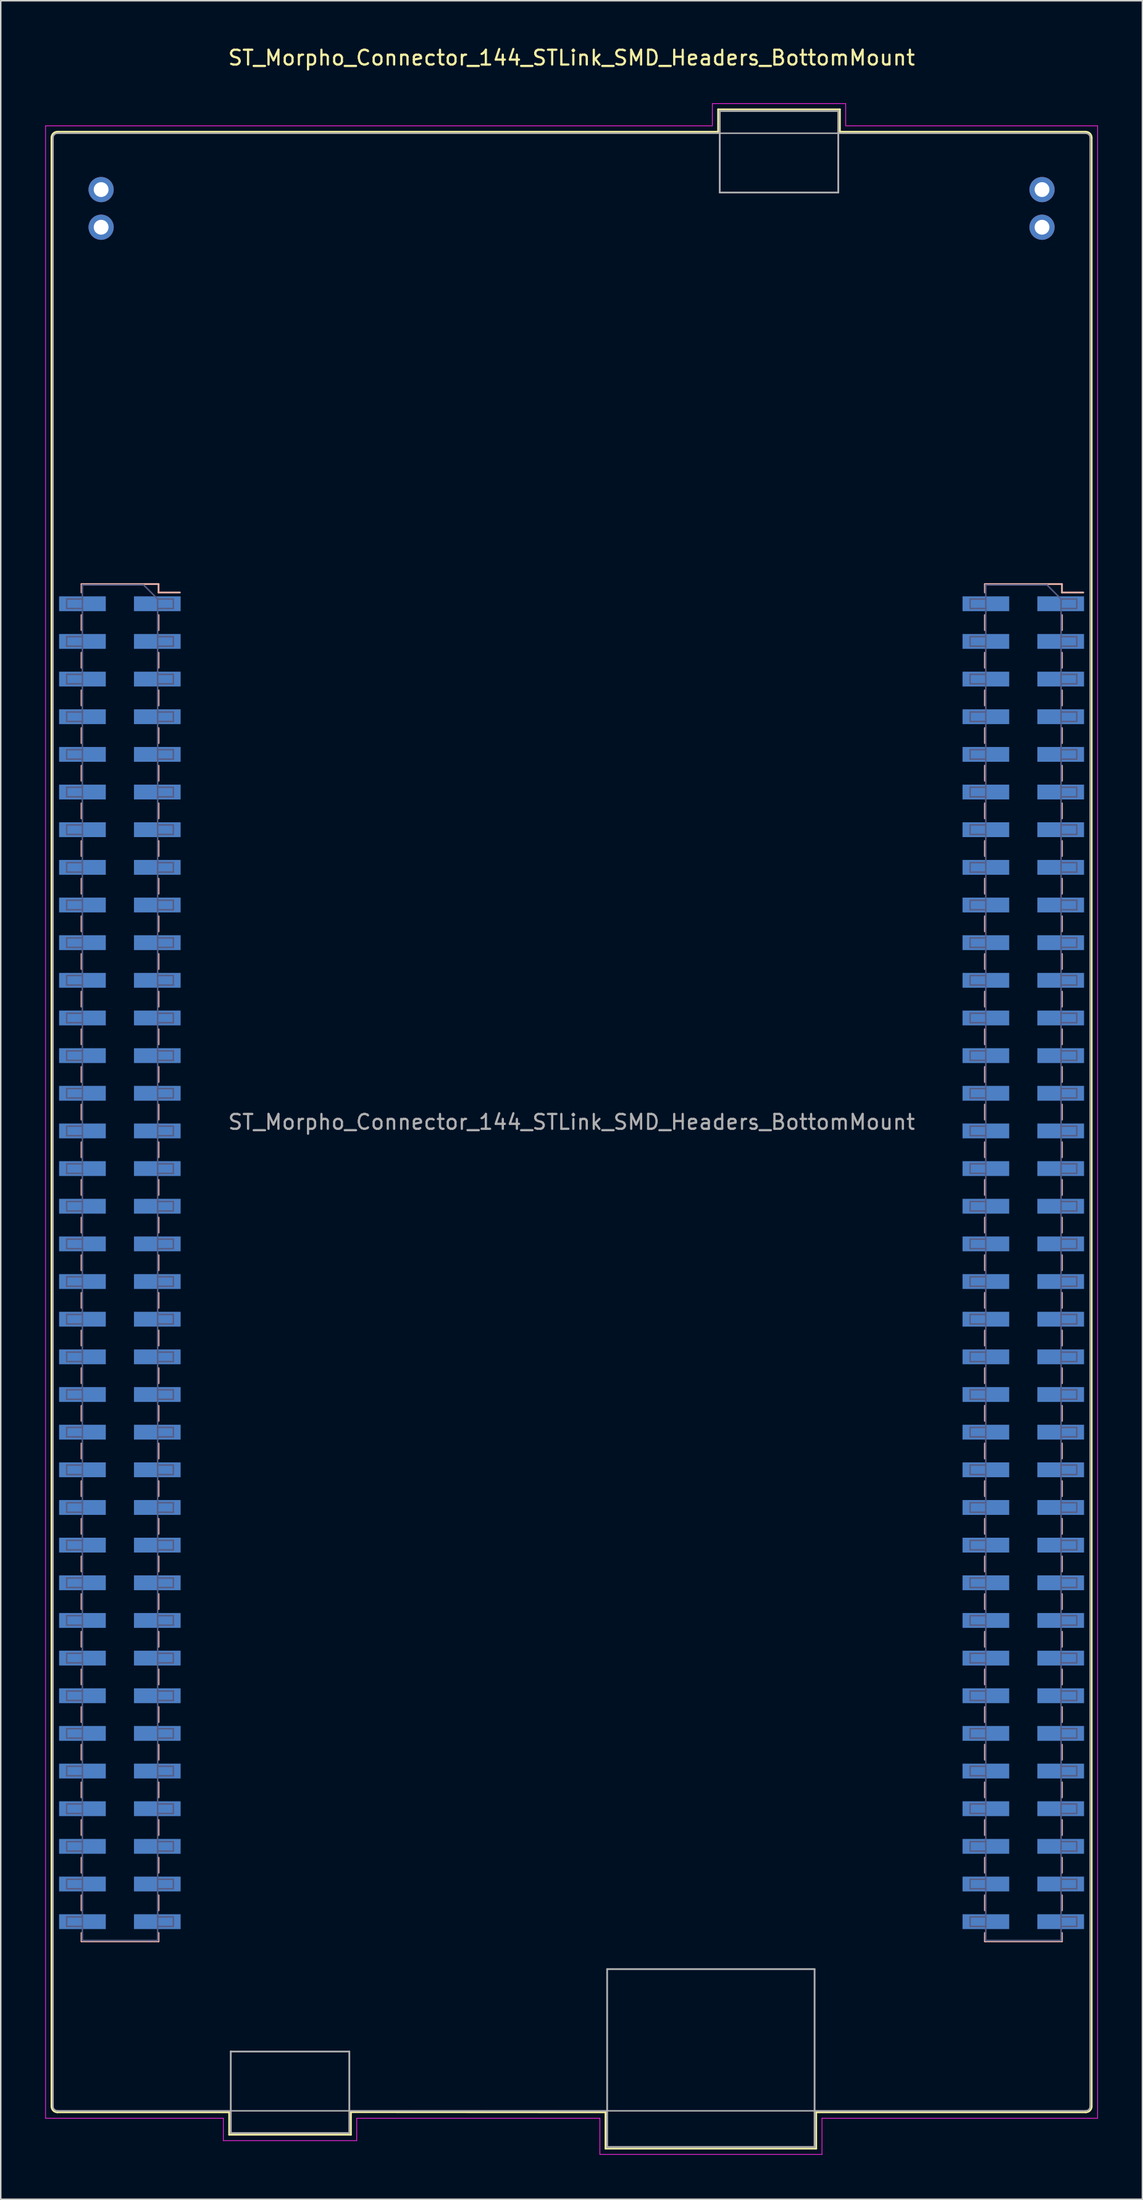
<source format=kicad_pcb>
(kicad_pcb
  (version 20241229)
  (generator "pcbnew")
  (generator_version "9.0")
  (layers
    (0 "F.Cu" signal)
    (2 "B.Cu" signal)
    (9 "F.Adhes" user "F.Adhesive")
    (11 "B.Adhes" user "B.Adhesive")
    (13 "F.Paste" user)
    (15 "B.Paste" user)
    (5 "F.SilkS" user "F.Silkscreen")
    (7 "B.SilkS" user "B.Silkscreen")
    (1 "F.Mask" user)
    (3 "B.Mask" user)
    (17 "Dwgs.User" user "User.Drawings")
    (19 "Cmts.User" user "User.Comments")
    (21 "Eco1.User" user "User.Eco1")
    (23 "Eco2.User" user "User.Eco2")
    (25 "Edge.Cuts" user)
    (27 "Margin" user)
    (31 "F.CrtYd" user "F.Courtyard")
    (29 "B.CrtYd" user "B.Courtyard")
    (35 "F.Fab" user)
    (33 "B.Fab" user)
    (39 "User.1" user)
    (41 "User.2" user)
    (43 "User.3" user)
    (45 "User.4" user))
  (footprint "ST_Morpho_Connector_144_STLink_SMD_Headers_BottomMount"
    (layer "F.Cu")
    (at 3.775 37.678)
    (property "Reference" "ST_Morpho_Connector_144_STLink_SMD_Headers_BottomMount" (at 31.75 -36.83 0) (layer "F.SilkS") (effects (font (size 1 1) (thickness 0.15))))
    (attr through_hole)
    (fp_line (start -3.35 -31.44) (end -3.35 101.36) (stroke (width 0.12) (type solid)) (layer "F.SilkS"))
    (fp_line (start 8.64 101.76) (end -2.95 101.76) (stroke (width 0.12) (type solid)) (layer "F.SilkS"))
    (fp_line (start 8.64 101.76) (end 8.64 103.27) (stroke (width 0.12) (type solid)) (layer "F.SilkS"))
    (fp_line (start 8.64 103.27) (end 16.86 103.27) (stroke (width 0.12) (type solid)) (layer "F.SilkS"))
    (fp_line (start 16.86 103.27) (end 16.86 101.75) (stroke (width 0.12) (type solid)) (layer "F.SilkS"))
    (fp_line (start 34.04 101.76) (end 16.86 101.75) (stroke (width 0.12) (type solid)) (layer "F.SilkS"))
    (fp_line (start 34.04 104.21) (end 34.04 101.76) (stroke (width 0.12) (type solid)) (layer "F.SilkS"))
    (fp_line (start 41.64 -33.35) (end 49.86 -33.35) (stroke (width 0.12) (type solid)) (layer "F.SilkS"))
    (fp_line (start 41.64 -31.84) (end -2.95 -31.84) (stroke (width 0.12) (type solid)) (layer "F.SilkS"))
    (fp_line (start 41.64 -31.84) (end 41.64 -33.35) (stroke (width 0.12) (type solid)) (layer "F.SilkS"))
    (fp_line (start 48.26 101.76) (end 48.26 104.21) (stroke (width 0.12) (type solid)) (layer "F.SilkS"))
    (fp_line (start 48.26 101.76) (end 66.45 101.76) (stroke (width 0.12) (type solid)) (layer "F.SilkS"))
    (fp_line (start 48.26 104.21) (end 34.04 104.21) (stroke (width 0.12) (type solid)) (layer "F.SilkS"))
    (fp_line (start 49.86 -33.35) (end 49.86 -31.84) (stroke (width 0.12) (type solid)) (layer "F.SilkS"))
    (fp_line (start 49.86 -31.84) (end 66.45 -31.84) (stroke (width 0.12) (type solid)) (layer "F.SilkS"))
    (fp_line (start 66.85 101.36) (end 66.85 -31.44) (stroke (width 0.12) (type solid)) (layer "F.SilkS"))
    (fp_arc (start -3.35 -31.44) (mid -3.232843 -31.722843) (end -2.95 -31.84) (stroke (width 0.12) (type solid)) (layer "F.SilkS"))
    (fp_arc (start -2.95 101.76) (mid -3.232843 101.642843) (end -3.35 101.36) (stroke (width 0.12) (type solid)) (layer "F.SilkS"))
    (fp_arc (start 66.45 -31.84) (mid 66.732843 -31.722843) (end 66.85 -31.44) (stroke (width 0.12) (type solid)) (layer "F.SilkS"))
    (fp_arc (start 66.85 101.36) (mid 66.732843 101.642843) (end 66.45 101.76) (stroke (width 0.12) (type solid)) (layer "F.SilkS"))
    (fp_line (start -1.325 -1.33) (end 3.875 -1.33) (stroke (width 0.12) (type solid)) (layer "B.SilkS"))
    (fp_line (start -1.325 -0.76) (end -1.325 -1.33) (stroke (width 0.12) (type solid)) (layer "B.SilkS"))
    (fp_line (start -1.325 1.78) (end -1.325 0.76) (stroke (width 0.12) (type solid)) (layer "B.SilkS"))
    (fp_line (start -1.325 4.32) (end -1.325 3.3) (stroke (width 0.12) (type solid)) (layer "B.SilkS"))
    (fp_line (start -1.325 6.86) (end -1.325 5.84) (stroke (width 0.12) (type solid)) (layer "B.SilkS"))
    (fp_line (start -1.325 9.4) (end -1.325 8.38) (stroke (width 0.12) (type solid)) (layer "B.SilkS"))
    (fp_line (start -1.325 11.94) (end -1.325 10.92) (stroke (width 0.12) (type solid)) (layer "B.SilkS"))
    (fp_line (start -1.325 14.48) (end -1.325 13.46) (stroke (width 0.12) (type solid)) (layer "B.SilkS"))
    (fp_line (start -1.325 17.02) (end -1.325 16) (stroke (width 0.12) (type solid)) (layer "B.SilkS"))
    (fp_line (start -1.325 19.56) (end -1.325 18.54) (stroke (width 0.12) (type solid)) (layer "B.SilkS"))
    (fp_line (start -1.325 22.1) (end -1.325 21.08) (stroke (width 0.12) (type solid)) (layer "B.SilkS"))
    (fp_line (start -1.325 24.64) (end -1.325 23.62) (stroke (width 0.12) (type solid)) (layer "B.SilkS"))
    (fp_line (start -1.325 27.18) (end -1.325 26.16) (stroke (width 0.12) (type solid)) (layer "B.SilkS"))
    (fp_line (start -1.325 29.72) (end -1.325 28.7) (stroke (width 0.12) (type solid)) (layer "B.SilkS"))
    (fp_line (start -1.325 32.26) (end -1.325 31.24) (stroke (width 0.12) (type solid)) (layer "B.SilkS"))
    (fp_line (start -1.325 34.8) (end -1.325 33.78) (stroke (width 0.12) (type solid)) (layer "B.SilkS"))
    (fp_line (start -1.325 37.34) (end -1.325 36.32) (stroke (width 0.12) (type solid)) (layer "B.SilkS"))
    (fp_line (start -1.325 39.88) (end -1.325 38.86) (stroke (width 0.12) (type solid)) (layer "B.SilkS"))
    (fp_line (start -1.325 42.42) (end -1.325 41.4) (stroke (width 0.12) (type solid)) (layer "B.SilkS"))
    (fp_line (start -1.325 44.96) (end -1.325 43.94) (stroke (width 0.12) (type solid)) (layer "B.SilkS"))
    (fp_line (start -1.325 47.5) (end -1.325 46.48) (stroke (width 0.12) (type solid)) (layer "B.SilkS"))
    (fp_line (start -1.325 50.04) (end -1.325 49.02) (stroke (width 0.12) (type solid)) (layer "B.SilkS"))
    (fp_line (start -1.325 52.58) (end -1.325 51.56) (stroke (width 0.12) (type solid)) (layer "B.SilkS"))
    (fp_line (start -1.325 55.12) (end -1.325 54.1) (stroke (width 0.12) (type solid)) (layer "B.SilkS"))
    (fp_line (start -1.325 57.66) (end -1.325 56.64) (stroke (width 0.12) (type solid)) (layer "B.SilkS"))
    (fp_line (start -1.325 60.2) (end -1.325 59.18) (stroke (width 0.12) (type solid)) (layer "B.SilkS"))
    (fp_line (start -1.325 62.74) (end -1.325 61.72) (stroke (width 0.12) (type solid)) (layer "B.SilkS"))
    (fp_line (start -1.325 65.28) (end -1.325 64.26) (stroke (width 0.12) (type solid)) (layer "B.SilkS"))
    (fp_line (start -1.325 67.82) (end -1.325 66.8) (stroke (width 0.12) (type solid)) (layer "B.SilkS"))
    (fp_line (start -1.325 70.36) (end -1.325 69.34) (stroke (width 0.12) (type solid)) (layer "B.SilkS"))
    (fp_line (start -1.325 72.9) (end -1.325 71.88) (stroke (width 0.12) (type solid)) (layer "B.SilkS"))
    (fp_line (start -1.325 75.44) (end -1.325 74.42) (stroke (width 0.12) (type solid)) (layer "B.SilkS"))
    (fp_line (start -1.325 77.98) (end -1.325 76.96) (stroke (width 0.12) (type solid)) (layer "B.SilkS"))
    (fp_line (start -1.325 80.52) (end -1.325 79.5) (stroke (width 0.12) (type solid)) (layer "B.SilkS"))
    (fp_line (start -1.325 83.06) (end -1.325 82.04) (stroke (width 0.12) (type solid)) (layer "B.SilkS"))
    (fp_line (start -1.325 85.6) (end -1.325 84.58) (stroke (width 0.12) (type solid)) (layer "B.SilkS"))
    (fp_line (start -1.325 88.14) (end -1.325 87.12) (stroke (width 0.12) (type solid)) (layer "B.SilkS"))
    (fp_line (start -1.325 90.23) (end -1.325 89.66) (stroke (width 0.12) (type solid)) (layer "B.SilkS"))
    (fp_line (start -1.325 90.23) (end 3.875 90.23) (stroke (width 0.12) (type solid)) (layer "B.SilkS"))
    (fp_line (start 3.875 -0.76) (end 3.875 -1.33) (stroke (width 0.12) (type solid)) (layer "B.SilkS"))
    (fp_line (start 3.875 -0.76) (end 5.315 -0.76) (stroke (width 0.12) (type solid)) (layer "B.SilkS"))
    (fp_line (start 3.875 1.78) (end 3.875 0.76) (stroke (width 0.12) (type solid)) (layer "B.SilkS"))
    (fp_line (start 3.875 4.32) (end 3.875 3.3) (stroke (width 0.12) (type solid)) (layer "B.SilkS"))
    (fp_line (start 3.875 6.86) (end 3.875 5.84) (stroke (width 0.12) (type solid)) (layer "B.SilkS"))
    (fp_line (start 3.875 9.4) (end 3.875 8.38) (stroke (width 0.12) (type solid)) (layer "B.SilkS"))
    (fp_line (start 3.875 11.94) (end 3.875 10.92) (stroke (width 0.12) (type solid)) (layer "B.SilkS"))
    (fp_line (start 3.875 14.48) (end 3.875 13.46) (stroke (width 0.12) (type solid)) (layer "B.SilkS"))
    (fp_line (start 3.875 17.02) (end 3.875 16) (stroke (width 0.12) (type solid)) (layer "B.SilkS"))
    (fp_line (start 3.875 19.56) (end 3.875 18.54) (stroke (width 0.12) (type solid)) (layer "B.SilkS"))
    (fp_line (start 3.875 22.1) (end 3.875 21.08) (stroke (width 0.12) (type solid)) (layer "B.SilkS"))
    (fp_line (start 3.875 24.64) (end 3.875 23.62) (stroke (width 0.12) (type solid)) (layer "B.SilkS"))
    (fp_line (start 3.875 27.18) (end 3.875 26.16) (stroke (width 0.12) (type solid)) (layer "B.SilkS"))
    (fp_line (start 3.875 29.72) (end 3.875 28.7) (stroke (width 0.12) (type solid)) (layer "B.SilkS"))
    (fp_line (start 3.875 32.26) (end 3.875 31.24) (stroke (width 0.12) (type solid)) (layer "B.SilkS"))
    (fp_line (start 3.875 34.8) (end 3.875 33.78) (stroke (width 0.12) (type solid)) (layer "B.SilkS"))
    (fp_line (start 3.875 37.34) (end 3.875 36.32) (stroke (width 0.12) (type solid)) (layer "B.SilkS"))
    (fp_line (start 3.875 39.88) (end 3.875 38.86) (stroke (width 0.12) (type solid)) (layer "B.SilkS"))
    (fp_line (start 3.875 42.42) (end 3.875 41.4) (stroke (width 0.12) (type solid)) (layer "B.SilkS"))
    (fp_line (start 3.875 44.96) (end 3.875 43.94) (stroke (width 0.12) (type solid)) (layer "B.SilkS"))
    (fp_line (start 3.875 47.5) (end 3.875 46.48) (stroke (width 0.12) (type solid)) (layer "B.SilkS"))
    (fp_line (start 3.875 50.04) (end 3.875 49.02) (stroke (width 0.12) (type solid)) (layer "B.SilkS"))
    (fp_line (start 3.875 52.58) (end 3.875 51.56) (stroke (width 0.12) (type solid)) (layer "B.SilkS"))
    (fp_line (start 3.875 55.12) (end 3.875 54.1) (stroke (width 0.12) (type solid)) (layer "B.SilkS"))
    (fp_line (start 3.875 57.66) (end 3.875 56.64) (stroke (width 0.12) (type solid)) (layer "B.SilkS"))
    (fp_line (start 3.875 60.2) (end 3.875 59.18) (stroke (width 0.12) (type solid)) (layer "B.SilkS"))
    (fp_line (start 3.875 62.74) (end 3.875 61.72) (stroke (width 0.12) (type solid)) (layer "B.SilkS"))
    (fp_line (start 3.875 65.28) (end 3.875 64.26) (stroke (width 0.12) (type solid)) (layer "B.SilkS"))
    (fp_line (start 3.875 67.82) (end 3.875 66.8) (stroke (width 0.12) (type solid)) (layer "B.SilkS"))
    (fp_line (start 3.875 70.36) (end 3.875 69.34) (stroke (width 0.12) (type solid)) (layer "B.SilkS"))
    (fp_line (start 3.875 72.9) (end 3.875 71.88) (stroke (width 0.12) (type solid)) (layer "B.SilkS"))
    (fp_line (start 3.875 75.44) (end 3.875 74.42) (stroke (width 0.12) (type solid)) (layer "B.SilkS"))
    (fp_line (start 3.875 77.98) (end 3.875 76.96) (stroke (width 0.12) (type solid)) (layer "B.SilkS"))
    (fp_line (start 3.875 80.52) (end 3.875 79.5) (stroke (width 0.12) (type solid)) (layer "B.SilkS"))
    (fp_line (start 3.875 83.06) (end 3.875 82.04) (stroke (width 0.12) (type solid)) (layer "B.SilkS"))
    (fp_line (start 3.875 85.6) (end 3.875 84.58) (stroke (width 0.12) (type solid)) (layer "B.SilkS"))
    (fp_line (start 3.875 88.14) (end 3.875 87.12) (stroke (width 0.12) (type solid)) (layer "B.SilkS"))
    (fp_line (start 3.875 90.23) (end 3.875 89.66) (stroke (width 0.12) (type solid)) (layer "B.SilkS"))
    (fp_line (start 59.645 -1.33) (end 64.845 -1.33) (stroke (width 0.12) (type solid)) (layer "B.SilkS"))
    (fp_line (start 59.645 -0.76) (end 59.645 -1.33) (stroke (width 0.12) (type solid)) (layer "B.SilkS"))
    (fp_line (start 59.645 1.78) (end 59.645 0.76) (stroke (width 0.12) (type solid)) (layer "B.SilkS"))
    (fp_line (start 59.645 4.32) (end 59.645 3.3) (stroke (width 0.12) (type solid)) (layer "B.SilkS"))
    (fp_line (start 59.645 6.86) (end 59.645 5.84) (stroke (width 0.12) (type solid)) (layer "B.SilkS"))
    (fp_line (start 59.645 9.4) (end 59.645 8.38) (stroke (width 0.12) (type solid)) (layer "B.SilkS"))
    (fp_line (start 59.645 11.94) (end 59.645 10.92) (stroke (width 0.12) (type solid)) (layer "B.SilkS"))
    (fp_line (start 59.645 14.48) (end 59.645 13.46) (stroke (width 0.12) (type solid)) (layer "B.SilkS"))
    (fp_line (start 59.645 17.02) (end 59.645 16) (stroke (width 0.12) (type solid)) (layer "B.SilkS"))
    (fp_line (start 59.645 19.56) (end 59.645 18.54) (stroke (width 0.12) (type solid)) (layer "B.SilkS"))
    (fp_line (start 59.645 22.1) (end 59.645 21.08) (stroke (width 0.12) (type solid)) (layer "B.SilkS"))
    (fp_line (start 59.645 24.64) (end 59.645 23.62) (stroke (width 0.12) (type solid)) (layer "B.SilkS"))
    (fp_line (start 59.645 27.18) (end 59.645 26.16) (stroke (width 0.12) (type solid)) (layer "B.SilkS"))
    (fp_line (start 59.645 29.72) (end 59.645 28.7) (stroke (width 0.12) (type solid)) (layer "B.SilkS"))
    (fp_line (start 59.645 32.26) (end 59.645 31.24) (stroke (width 0.12) (type solid)) (layer "B.SilkS"))
    (fp_line (start 59.645 34.8) (end 59.645 33.78) (stroke (width 0.12) (type solid)) (layer "B.SilkS"))
    (fp_line (start 59.645 37.34) (end 59.645 36.32) (stroke (width 0.12) (type solid)) (layer "B.SilkS"))
    (fp_line (start 59.645 39.88) (end 59.645 38.86) (stroke (width 0.12) (type solid)) (layer "B.SilkS"))
    (fp_line (start 59.645 42.42) (end 59.645 41.4) (stroke (width 0.12) (type solid)) (layer "B.SilkS"))
    (fp_line (start 59.645 44.96) (end 59.645 43.94) (stroke (width 0.12) (type solid)) (layer "B.SilkS"))
    (fp_line (start 59.645 47.5) (end 59.645 46.48) (stroke (width 0.12) (type solid)) (layer "B.SilkS"))
    (fp_line (start 59.645 50.04) (end 59.645 49.02) (stroke (width 0.12) (type solid)) (layer "B.SilkS"))
    (fp_line (start 59.645 52.58) (end 59.645 51.56) (stroke (width 0.12) (type solid)) (layer "B.SilkS"))
    (fp_line (start 59.645 55.12) (end 59.645 54.1) (stroke (width 0.12) (type solid)) (layer "B.SilkS"))
    (fp_line (start 59.645 57.66) (end 59.645 56.64) (stroke (width 0.12) (type solid)) (layer "B.SilkS"))
    (fp_line (start 59.645 60.2) (end 59.645 59.18) (stroke (width 0.12) (type solid)) (layer "B.SilkS"))
    (fp_line (start 59.645 62.74) (end 59.645 61.72) (stroke (width 0.12) (type solid)) (layer "B.SilkS"))
    (fp_line (start 59.645 65.28) (end 59.645 64.26) (stroke (width 0.12) (type solid)) (layer "B.SilkS"))
    (fp_line (start 59.645 67.82) (end 59.645 66.8) (stroke (width 0.12) (type solid)) (layer "B.SilkS"))
    (fp_line (start 59.645 70.36) (end 59.645 69.34) (stroke (width 0.12) (type solid)) (layer "B.SilkS"))
    (fp_line (start 59.645 72.9) (end 59.645 71.88) (stroke (width 0.12) (type solid)) (layer "B.SilkS"))
    (fp_line (start 59.645 75.44) (end 59.645 74.42) (stroke (width 0.12) (type solid)) (layer "B.SilkS"))
    (fp_line (start 59.645 77.98) (end 59.645 76.96) (stroke (width 0.12) (type solid)) (layer "B.SilkS"))
    (fp_line (start 59.645 80.52) (end 59.645 79.5) (stroke (width 0.12) (type solid)) (layer "B.SilkS"))
    (fp_line (start 59.645 83.06) (end 59.645 82.04) (stroke (width 0.12) (type solid)) (layer "B.SilkS"))
    (fp_line (start 59.645 85.6) (end 59.645 84.58) (stroke (width 0.12) (type solid)) (layer "B.SilkS"))
    (fp_line (start 59.645 88.14) (end 59.645 87.12) (stroke (width 0.12) (type solid)) (layer "B.SilkS"))
    (fp_line (start 59.645 90.23) (end 59.645 89.66) (stroke (width 0.12) (type solid)) (layer "B.SilkS"))
    (fp_line (start 59.645 90.23) (end 64.845 90.23) (stroke (width 0.12) (type solid)) (layer "B.SilkS"))
    (fp_line (start 64.845 -0.76) (end 64.845 -1.33) (stroke (width 0.12) (type solid)) (layer "B.SilkS"))
    (fp_line (start 64.845 -0.76) (end 66.285 -0.76) (stroke (width 0.12) (type solid)) (layer "B.SilkS"))
    (fp_line (start 64.845 1.78) (end 64.845 0.76) (stroke (width 0.12) (type solid)) (layer "B.SilkS"))
    (fp_line (start 64.845 4.32) (end 64.845 3.3) (stroke (width 0.12) (type solid)) (layer "B.SilkS"))
    (fp_line (start 64.845 6.86) (end 64.845 5.84) (stroke (width 0.12) (type solid)) (layer "B.SilkS"))
    (fp_line (start 64.845 9.4) (end 64.845 8.38) (stroke (width 0.12) (type solid)) (layer "B.SilkS"))
    (fp_line (start 64.845 11.94) (end 64.845 10.92) (stroke (width 0.12) (type solid)) (layer "B.SilkS"))
    (fp_line (start 64.845 14.48) (end 64.845 13.46) (stroke (width 0.12) (type solid)) (layer "B.SilkS"))
    (fp_line (start 64.845 17.02) (end 64.845 16) (stroke (width 0.12) (type solid)) (layer "B.SilkS"))
    (fp_line (start 64.845 19.56) (end 64.845 18.54) (stroke (width 0.12) (type solid)) (layer "B.SilkS"))
    (fp_line (start 64.845 22.1) (end 64.845 21.08) (stroke (width 0.12) (type solid)) (layer "B.SilkS"))
    (fp_line (start 64.845 24.64) (end 64.845 23.62) (stroke (width 0.12) (type solid)) (layer "B.SilkS"))
    (fp_line (start 64.845 27.18) (end 64.845 26.16) (stroke (width 0.12) (type solid)) (layer "B.SilkS"))
    (fp_line (start 64.845 29.72) (end 64.845 28.7) (stroke (width 0.12) (type solid)) (layer "B.SilkS"))
    (fp_line (start 64.845 32.26) (end 64.845 31.24) (stroke (width 0.12) (type solid)) (layer "B.SilkS"))
    (fp_line (start 64.845 34.8) (end 64.845 33.78) (stroke (width 0.12) (type solid)) (layer "B.SilkS"))
    (fp_line (start 64.845 37.34) (end 64.845 36.32) (stroke (width 0.12) (type solid)) (layer "B.SilkS"))
    (fp_line (start 64.845 39.88) (end 64.845 38.86) (stroke (width 0.12) (type solid)) (layer "B.SilkS"))
    (fp_line (start 64.845 42.42) (end 64.845 41.4) (stroke (width 0.12) (type solid)) (layer "B.SilkS"))
    (fp_line (start 64.845 44.96) (end 64.845 43.94) (stroke (width 0.12) (type solid)) (layer "B.SilkS"))
    (fp_line (start 64.845 47.5) (end 64.845 46.48) (stroke (width 0.12) (type solid)) (layer "B.SilkS"))
    (fp_line (start 64.845 50.04) (end 64.845 49.02) (stroke (width 0.12) (type solid)) (layer "B.SilkS"))
    (fp_line (start 64.845 52.58) (end 64.845 51.56) (stroke (width 0.12) (type solid)) (layer "B.SilkS"))
    (fp_line (start 64.845 55.12) (end 64.845 54.1) (stroke (width 0.12) (type solid)) (layer "B.SilkS"))
    (fp_line (start 64.845 57.66) (end 64.845 56.64) (stroke (width 0.12) (type solid)) (layer "B.SilkS"))
    (fp_line (start 64.845 60.2) (end 64.845 59.18) (stroke (width 0.12) (type solid)) (layer "B.SilkS"))
    (fp_line (start 64.845 62.74) (end 64.845 61.72) (stroke (width 0.12) (type solid)) (layer "B.SilkS"))
    (fp_line (start 64.845 65.28) (end 64.845 64.26) (stroke (width 0.12) (type solid)) (layer "B.SilkS"))
    (fp_line (start 64.845 67.82) (end 64.845 66.8) (stroke (width 0.12) (type solid)) (layer "B.SilkS"))
    (fp_line (start 64.845 70.36) (end 64.845 69.34) (stroke (width 0.12) (type solid)) (layer "B.SilkS"))
    (fp_line (start 64.845 72.9) (end 64.845 71.88) (stroke (width 0.12) (type solid)) (layer "B.SilkS"))
    (fp_line (start 64.845 75.44) (end 64.845 74.42) (stroke (width 0.12) (type solid)) (layer "B.SilkS"))
    (fp_line (start 64.845 77.98) (end 64.845 76.96) (stroke (width 0.12) (type solid)) (layer "B.SilkS"))
    (fp_line (start 64.845 80.52) (end 64.845 79.5) (stroke (width 0.12) (type solid)) (layer "B.SilkS"))
    (fp_line (start 64.845 83.06) (end 64.845 82.04) (stroke (width 0.12) (type solid)) (layer "B.SilkS"))
    (fp_line (start 64.845 85.6) (end 64.845 84.58) (stroke (width 0.12) (type solid)) (layer "B.SilkS"))
    (fp_line (start 64.845 88.14) (end 64.845 87.12) (stroke (width 0.12) (type solid)) (layer "B.SilkS"))
    (fp_line (start 64.845 90.23) (end 64.845 89.66) (stroke (width 0.12) (type solid)) (layer "B.SilkS"))
    (fp_line (start -3.75 -32.24) (end -3.75 102.16) (stroke (width 0.05) (type solid)) (layer "F.CrtYd"))
    (fp_line (start -3.75 102.16) (end 8.25 102.16) (stroke (width 0.05) (type solid)) (layer "F.CrtYd"))
    (fp_line (start 8.25 102.16) (end 8.25 103.67) (stroke (width 0.05) (type solid)) (layer "F.CrtYd"))
    (fp_line (start 8.25 103.67) (end 17.25 103.67) (stroke (width 0.05) (type solid)) (layer "F.CrtYd"))
    (fp_line (start 17.25 102.16) (end 17.25 103.67) (stroke (width 0.05) (type solid)) (layer "F.CrtYd"))
    (fp_line (start 17.25 102.16) (end 33.66 102.16) (stroke (width 0.05) (type solid)) (layer "F.CrtYd"))
    (fp_line (start 33.66 104.6) (end 33.66 102.16) (stroke (width 0.05) (type solid)) (layer "F.CrtYd"))
    (fp_line (start 33.66 104.6) (end 48.65 104.6) (stroke (width 0.05) (type solid)) (layer "F.CrtYd"))
    (fp_line (start 41.25 -33.74) (end 50.25 -33.74) (stroke (width 0.05) (type solid)) (layer "F.CrtYd"))
    (fp_line (start 41.25 -32.24) (end -3.75 -32.24) (stroke (width 0.05) (type solid)) (layer "F.CrtYd"))
    (fp_line (start 41.25 -32.24) (end 41.25 -33.74) (stroke (width 0.05) (type solid)) (layer "F.CrtYd"))
    (fp_line (start 48.65 102.16) (end 48.65 104.6) (stroke (width 0.05) (type solid)) (layer "F.CrtYd"))
    (fp_line (start 50.25 -32.24) (end 50.25 -33.74) (stroke (width 0.05) (type solid)) (layer "F.CrtYd"))
    (fp_line (start 50.25 -32.24) (end 67.25 -32.24) (stroke (width 0.05) (type solid)) (layer "F.CrtYd"))
    (fp_line (start 67.25 102.16) (end 48.65 102.16) (stroke (width 0.05) (type solid)) (layer "F.CrtYd"))
    (fp_line (start 67.25 102.16) (end 67.25 -32.24) (stroke (width 0.05) (type solid)) (layer "F.CrtYd"))
    (fp_line (start -2.325 -0.32) (end -1.265 -0.32) (stroke (width 0.1) (type solid)) (layer "B.Fab"))
    (fp_line (start -2.325 0.32) (end -2.325 -0.32) (stroke (width 0.1) (type solid)) (layer "B.Fab"))
    (fp_line (start -2.325 2.22) (end -1.265 2.22) (stroke (width 0.1) (type solid)) (layer "B.Fab"))
    (fp_line (start -2.325 2.86) (end -2.325 2.22) (stroke (width 0.1) (type solid)) (layer "B.Fab"))
    (fp_line (start -2.325 4.76) (end -1.265 4.76) (stroke (width 0.1) (type solid)) (layer "B.Fab"))
    (fp_line (start -2.325 5.4) (end -2.325 4.76) (stroke (width 0.1) (type solid)) (layer "B.Fab"))
    (fp_line (start -2.325 7.3) (end -1.265 7.3) (stroke (width 0.1) (type solid)) (layer "B.Fab"))
    (fp_line (start -2.325 7.94) (end -2.325 7.3) (stroke (width 0.1) (type solid)) (layer "B.Fab"))
    (fp_line (start -2.325 9.84) (end -1.265 9.84) (stroke (width 0.1) (type solid)) (layer "B.Fab"))
    (fp_line (start -2.325 10.48) (end -2.325 9.84) (stroke (width 0.1) (type solid)) (layer "B.Fab"))
    (fp_line (start -2.325 12.38) (end -1.265 12.38) (stroke (width 0.1) (type solid)) (layer "B.Fab"))
    (fp_line (start -2.325 13.02) (end -2.325 12.38) (stroke (width 0.1) (type solid)) (layer "B.Fab"))
    (fp_line (start -2.325 14.92) (end -1.265 14.92) (stroke (width 0.1) (type solid)) (layer "B.Fab"))
    (fp_line (start -2.325 15.56) (end -2.325 14.92) (stroke (width 0.1) (type solid)) (layer "B.Fab"))
    (fp_line (start -2.325 17.46) (end -1.265 17.46) (stroke (width 0.1) (type solid)) (layer "B.Fab"))
    (fp_line (start -2.325 18.1) (end -2.325 17.46) (stroke (width 0.1) (type solid)) (layer "B.Fab"))
    (fp_line (start -2.325 20) (end -1.265 20) (stroke (width 0.1) (type solid)) (layer "B.Fab"))
    (fp_line (start -2.325 20.64) (end -2.325 20) (stroke (width 0.1) (type solid)) (layer "B.Fab"))
    (fp_line (start -2.325 22.54) (end -1.265 22.54) (stroke (width 0.1) (type solid)) (layer "B.Fab"))
    (fp_line (start -2.325 23.18) (end -2.325 22.54) (stroke (width 0.1) (type solid)) (layer "B.Fab"))
    (fp_line (start -2.325 25.08) (end -1.265 25.08) (stroke (width 0.1) (type solid)) (layer "B.Fab"))
    (fp_line (start -2.325 25.72) (end -2.325 25.08) (stroke (width 0.1) (type solid)) (layer "B.Fab"))
    (fp_line (start -2.325 27.62) (end -1.265 27.62) (stroke (width 0.1) (type solid)) (layer "B.Fab"))
    (fp_line (start -2.325 28.26) (end -2.325 27.62) (stroke (width 0.1) (type solid)) (layer "B.Fab"))
    (fp_line (start -2.325 30.16) (end -1.265 30.16) (stroke (width 0.1) (type solid)) (layer "B.Fab"))
    (fp_line (start -2.325 30.8) (end -2.325 30.16) (stroke (width 0.1) (type solid)) (layer "B.Fab"))
    (fp_line (start -2.325 32.7) (end -1.265 32.7) (stroke (width 0.1) (type solid)) (layer "B.Fab"))
    (fp_line (start -2.325 33.34) (end -2.325 32.7) (stroke (width 0.1) (type solid)) (layer "B.Fab"))
    (fp_line (start -2.325 35.24) (end -1.265 35.24) (stroke (width 0.1) (type solid)) (layer "B.Fab"))
    (fp_line (start -2.325 35.88) (end -2.325 35.24) (stroke (width 0.1) (type solid)) (layer "B.Fab"))
    (fp_line (start -2.325 37.78) (end -1.265 37.78) (stroke (width 0.1) (type solid)) (layer "B.Fab"))
    (fp_line (start -2.325 38.42) (end -2.325 37.78) (stroke (width 0.1) (type solid)) (layer "B.Fab"))
    (fp_line (start -2.325 40.32) (end -1.265 40.32) (stroke (width 0.1) (type solid)) (layer "B.Fab"))
    (fp_line (start -2.325 40.96) (end -2.325 40.32) (stroke (width 0.1) (type solid)) (layer "B.Fab"))
    (fp_line (start -2.325 42.86) (end -1.265 42.86) (stroke (width 0.1) (type solid)) (layer "B.Fab"))
    (fp_line (start -2.325 43.5) (end -2.325 42.86) (stroke (width 0.1) (type solid)) (layer "B.Fab"))
    (fp_line (start -2.325 45.4) (end -1.265 45.4) (stroke (width 0.1) (type solid)) (layer "B.Fab"))
    (fp_line (start -2.325 46.04) (end -2.325 45.4) (stroke (width 0.1) (type solid)) (layer "B.Fab"))
    (fp_line (start -2.325 47.94) (end -1.265 47.94) (stroke (width 0.1) (type solid)) (layer "B.Fab"))
    (fp_line (start -2.325 48.58) (end -2.325 47.94) (stroke (width 0.1) (type solid)) (layer "B.Fab"))
    (fp_line (start -2.325 50.48) (end -1.265 50.48) (stroke (width 0.1) (type solid)) (layer "B.Fab"))
    (fp_line (start -2.325 51.12) (end -2.325 50.48) (stroke (width 0.1) (type solid)) (layer "B.Fab"))
    (fp_line (start -2.325 53.02) (end -1.265 53.02) (stroke (width 0.1) (type solid)) (layer "B.Fab"))
    (fp_line (start -2.325 53.66) (end -2.325 53.02) (stroke (width 0.1) (type solid)) (layer "B.Fab"))
    (fp_line (start -2.325 55.56) (end -1.265 55.56) (stroke (width 0.1) (type solid)) (layer "B.Fab"))
    (fp_line (start -2.325 56.2) (end -2.325 55.56) (stroke (width 0.1) (type solid)) (layer "B.Fab"))
    (fp_line (start -2.325 58.1) (end -1.265 58.1) (stroke (width 0.1) (type solid)) (layer "B.Fab"))
    (fp_line (start -2.325 58.74) (end -2.325 58.1) (stroke (width 0.1) (type solid)) (layer "B.Fab"))
    (fp_line (start -2.325 60.64) (end -1.265 60.64) (stroke (width 0.1) (type solid)) (layer "B.Fab"))
    (fp_line (start -2.325 61.28) (end -2.325 60.64) (stroke (width 0.1) (type solid)) (layer "B.Fab"))
    (fp_line (start -2.325 63.18) (end -1.265 63.18) (stroke (width 0.1) (type solid)) (layer "B.Fab"))
    (fp_line (start -2.325 63.82) (end -2.325 63.18) (stroke (width 0.1) (type solid)) (layer "B.Fab"))
    (fp_line (start -2.325 65.72) (end -1.265 65.72) (stroke (width 0.1) (type solid)) (layer "B.Fab"))
    (fp_line (start -2.325 66.36) (end -2.325 65.72) (stroke (width 0.1) (type solid)) (layer "B.Fab"))
    (fp_line (start -2.325 68.26) (end -1.265 68.26) (stroke (width 0.1) (type solid)) (layer "B.Fab"))
    (fp_line (start -2.325 68.9) (end -2.325 68.26) (stroke (width 0.1) (type solid)) (layer "B.Fab"))
    (fp_line (start -2.325 70.8) (end -1.265 70.8) (stroke (width 0.1) (type solid)) (layer "B.Fab"))
    (fp_line (start -2.325 71.44) (end -2.325 70.8) (stroke (width 0.1) (type solid)) (layer "B.Fab"))
    (fp_line (start -2.325 73.34) (end -1.265 73.34) (stroke (width 0.1) (type solid)) (layer "B.Fab"))
    (fp_line (start -2.325 73.98) (end -2.325 73.34) (stroke (width 0.1) (type solid)) (layer "B.Fab"))
    (fp_line (start -2.325 75.88) (end -1.265 75.88) (stroke (width 0.1) (type solid)) (layer "B.Fab"))
    (fp_line (start -2.325 76.52) (end -2.325 75.88) (stroke (width 0.1) (type solid)) (layer "B.Fab"))
    (fp_line (start -2.325 78.42) (end -1.265 78.42) (stroke (width 0.1) (type solid)) (layer "B.Fab"))
    (fp_line (start -2.325 79.06) (end -2.325 78.42) (stroke (width 0.1) (type solid)) (layer "B.Fab"))
    (fp_line (start -2.325 80.96) (end -1.265 80.96) (stroke (width 0.1) (type solid)) (layer "B.Fab"))
    (fp_line (start -2.325 81.6) (end -2.325 80.96) (stroke (width 0.1) (type solid)) (layer "B.Fab"))
    (fp_line (start -2.325 83.5) (end -1.265 83.5) (stroke (width 0.1) (type solid)) (layer "B.Fab"))
    (fp_line (start -2.325 84.14) (end -2.325 83.5) (stroke (width 0.1) (type solid)) (layer "B.Fab"))
    (fp_line (start -2.325 86.04) (end -1.265 86.04) (stroke (width 0.1) (type solid)) (layer "B.Fab"))
    (fp_line (start -2.325 86.68) (end -2.325 86.04) (stroke (width 0.1) (type solid)) (layer "B.Fab"))
    (fp_line (start -2.325 88.58) (end -1.265 88.58) (stroke (width 0.1) (type solid)) (layer "B.Fab"))
    (fp_line (start -2.325 89.22) (end -2.325 88.58) (stroke (width 0.1) (type solid)) (layer "B.Fab"))
    (fp_line (start -1.265 -1.27) (end 2.865 -1.27) (stroke (width 0.1) (type solid)) (layer "B.Fab"))
    (fp_line (start -1.265 0.32) (end -2.325 0.32) (stroke (width 0.1) (type solid)) (layer "B.Fab"))
    (fp_line (start -1.265 2.86) (end -2.325 2.86) (stroke (width 0.1) (type solid)) (layer "B.Fab"))
    (fp_line (start -1.265 5.4) (end -2.325 5.4) (stroke (width 0.1) (type solid)) (layer "B.Fab"))
    (fp_line (start -1.265 7.94) (end -2.325 7.94) (stroke (width 0.1) (type solid)) (layer "B.Fab"))
    (fp_line (start -1.265 10.48) (end -2.325 10.48) (stroke (width 0.1) (type solid)) (layer "B.Fab"))
    (fp_line (start -1.265 13.02) (end -2.325 13.02) (stroke (width 0.1) (type solid)) (layer "B.Fab"))
    (fp_line (start -1.265 15.56) (end -2.325 15.56) (stroke (width 0.1) (type solid)) (layer "B.Fab"))
    (fp_line (start -1.265 18.1) (end -2.325 18.1) (stroke (width 0.1) (type solid)) (layer "B.Fab"))
    (fp_line (start -1.265 20.64) (end -2.325 20.64) (stroke (width 0.1) (type solid)) (layer "B.Fab"))
    (fp_line (start -1.265 23.18) (end -2.325 23.18) (stroke (width 0.1) (type solid)) (layer "B.Fab"))
    (fp_line (start -1.265 25.72) (end -2.325 25.72) (stroke (width 0.1) (type solid)) (layer "B.Fab"))
    (fp_line (start -1.265 28.26) (end -2.325 28.26) (stroke (width 0.1) (type solid)) (layer "B.Fab"))
    (fp_line (start -1.265 30.8) (end -2.325 30.8) (stroke (width 0.1) (type solid)) (layer "B.Fab"))
    (fp_line (start -1.265 33.34) (end -2.325 33.34) (stroke (width 0.1) (type solid)) (layer "B.Fab"))
    (fp_line (start -1.265 35.88) (end -2.325 35.88) (stroke (width 0.1) (type solid)) (layer "B.Fab"))
    (fp_line (start -1.265 38.42) (end -2.325 38.42) (stroke (width 0.1) (type solid)) (layer "B.Fab"))
    (fp_line (start -1.265 40.96) (end -2.325 40.96) (stroke (width 0.1) (type solid)) (layer "B.Fab"))
    (fp_line (start -1.265 43.5) (end -2.325 43.5) (stroke (width 0.1) (type solid)) (layer "B.Fab"))
    (fp_line (start -1.265 46.04) (end -2.325 46.04) (stroke (width 0.1) (type solid)) (layer "B.Fab"))
    (fp_line (start -1.265 48.58) (end -2.325 48.58) (stroke (width 0.1) (type solid)) (layer "B.Fab"))
    (fp_line (start -1.265 51.12) (end -2.325 51.12) (stroke (width 0.1) (type solid)) (layer "B.Fab"))
    (fp_line (start -1.265 53.66) (end -2.325 53.66) (stroke (width 0.1) (type solid)) (layer "B.Fab"))
    (fp_line (start -1.265 56.2) (end -2.325 56.2) (stroke (width 0.1) (type solid)) (layer "B.Fab"))
    (fp_line (start -1.265 58.74) (end -2.325 58.74) (stroke (width 0.1) (type solid)) (layer "B.Fab"))
    (fp_line (start -1.265 61.28) (end -2.325 61.28) (stroke (width 0.1) (type solid)) (layer "B.Fab"))
    (fp_line (start -1.265 63.82) (end -2.325 63.82) (stroke (width 0.1) (type solid)) (layer "B.Fab"))
    (fp_line (start -1.265 66.36) (end -2.325 66.36) (stroke (width 0.1) (type solid)) (layer "B.Fab"))
    (fp_line (start -1.265 68.9) (end -2.325 68.9) (stroke (width 0.1) (type solid)) (layer "B.Fab"))
    (fp_line (start -1.265 71.44) (end -2.325 71.44) (stroke (width 0.1) (type solid)) (layer "B.Fab"))
    (fp_line (start -1.265 73.98) (end -2.325 73.98) (stroke (width 0.1) (type solid)) (layer "B.Fab"))
    (fp_line (start -1.265 76.52) (end -2.325 76.52) (stroke (width 0.1) (type solid)) (layer "B.Fab"))
    (fp_line (start -1.265 79.06) (end -2.325 79.06) (stroke (width 0.1) (type solid)) (layer "B.Fab"))
    (fp_line (start -1.265 81.6) (end -2.325 81.6) (stroke (width 0.1) (type solid)) (layer "B.Fab"))
    (fp_line (start -1.265 84.14) (end -2.325 84.14) (stroke (width 0.1) (type solid)) (layer "B.Fab"))
    (fp_line (start -1.265 86.68) (end -2.325 86.68) (stroke (width 0.1) (type solid)) (layer "B.Fab"))
    (fp_line (start -1.265 89.22) (end -2.325 89.22) (stroke (width 0.1) (type solid)) (layer "B.Fab"))
    (fp_line (start -1.265 90.17) (end -1.265 -1.27) (stroke (width 0.1) (type solid)) (layer "B.Fab"))
    (fp_line (start 2.865 -1.27) (end 3.815 -0.32) (stroke (width 0.1) (type solid)) (layer "B.Fab"))
    (fp_line (start 3.815 -0.32) (end 3.815 90.17) (stroke (width 0.1) (type solid)) (layer "B.Fab"))
    (fp_line (start 3.815 0.32) (end 4.875 0.32) (stroke (width 0.1) (type solid)) (layer "B.Fab"))
    (fp_line (start 3.815 2.86) (end 4.875 2.86) (stroke (width 0.1) (type solid)) (layer "B.Fab"))
    (fp_line (start 3.815 5.4) (end 4.875 5.4) (stroke (width 0.1) (type solid)) (layer "B.Fab"))
    (fp_line (start 3.815 7.94) (end 4.875 7.94) (stroke (width 0.1) (type solid)) (layer "B.Fab"))
    (fp_line (start 3.815 10.48) (end 4.875 10.48) (stroke (width 0.1) (type solid)) (layer "B.Fab"))
    (fp_line (start 3.815 13.02) (end 4.875 13.02) (stroke (width 0.1) (type solid)) (layer "B.Fab"))
    (fp_line (start 3.815 15.56) (end 4.875 15.56) (stroke (width 0.1) (type solid)) (layer "B.Fab"))
    (fp_line (start 3.815 18.1) (end 4.875 18.1) (stroke (width 0.1) (type solid)) (layer "B.Fab"))
    (fp_line (start 3.815 20.64) (end 4.875 20.64) (stroke (width 0.1) (type solid)) (layer "B.Fab"))
    (fp_line (start 3.815 23.18) (end 4.875 23.18) (stroke (width 0.1) (type solid)) (layer "B.Fab"))
    (fp_line (start 3.815 25.72) (end 4.875 25.72) (stroke (width 0.1) (type solid)) (layer "B.Fab"))
    (fp_line (start 3.815 28.26) (end 4.875 28.26) (stroke (width 0.1) (type solid)) (layer "B.Fab"))
    (fp_line (start 3.815 30.8) (end 4.875 30.8) (stroke (width 0.1) (type solid)) (layer "B.Fab"))
    (fp_line (start 3.815 33.34) (end 4.875 33.34) (stroke (width 0.1) (type solid)) (layer "B.Fab"))
    (fp_line (start 3.815 35.88) (end 4.875 35.88) (stroke (width 0.1) (type solid)) (layer "B.Fab"))
    (fp_line (start 3.815 38.42) (end 4.875 38.42) (stroke (width 0.1) (type solid)) (layer "B.Fab"))
    (fp_line (start 3.815 40.96) (end 4.875 40.96) (stroke (width 0.1) (type solid)) (layer "B.Fab"))
    (fp_line (start 3.815 43.5) (end 4.875 43.5) (stroke (width 0.1) (type solid)) (layer "B.Fab"))
    (fp_line (start 3.815 46.04) (end 4.875 46.04) (stroke (width 0.1) (type solid)) (layer "B.Fab"))
    (fp_line (start 3.815 48.58) (end 4.875 48.58) (stroke (width 0.1) (type solid)) (layer "B.Fab"))
    (fp_line (start 3.815 51.12) (end 4.875 51.12) (stroke (width 0.1) (type solid)) (layer "B.Fab"))
    (fp_line (start 3.815 53.66) (end 4.875 53.66) (stroke (width 0.1) (type solid)) (layer "B.Fab"))
    (fp_line (start 3.815 56.2) (end 4.875 56.2) (stroke (width 0.1) (type solid)) (layer "B.Fab"))
    (fp_line (start 3.815 58.74) (end 4.875 58.74) (stroke (width 0.1) (type solid)) (layer "B.Fab"))
    (fp_line (start 3.815 61.28) (end 4.875 61.28) (stroke (width 0.1) (type solid)) (layer "B.Fab"))
    (fp_line (start 3.815 63.82) (end 4.875 63.82) (stroke (width 0.1) (type solid)) (layer "B.Fab"))
    (fp_line (start 3.815 66.36) (end 4.875 66.36) (stroke (width 0.1) (type solid)) (layer "B.Fab"))
    (fp_line (start 3.815 68.9) (end 4.875 68.9) (stroke (width 0.1) (type solid)) (layer "B.Fab"))
    (fp_line (start 3.815 71.44) (end 4.875 71.44) (stroke (width 0.1) (type solid)) (layer "B.Fab"))
    (fp_line (start 3.815 73.98) (end 4.875 73.98) (stroke (width 0.1) (type solid)) (layer "B.Fab"))
    (fp_line (start 3.815 76.52) (end 4.875 76.52) (stroke (width 0.1) (type solid)) (layer "B.Fab"))
    (fp_line (start 3.815 79.06) (end 4.875 79.06) (stroke (width 0.1) (type solid)) (layer "B.Fab"))
    (fp_line (start 3.815 81.6) (end 4.875 81.6) (stroke (width 0.1) (type solid)) (layer "B.Fab"))
    (fp_line (start 3.815 84.14) (end 4.875 84.14) (stroke (width 0.1) (type solid)) (layer "B.Fab"))
    (fp_line (start 3.815 86.68) (end 4.875 86.68) (stroke (width 0.1) (type solid)) (layer "B.Fab"))
    (fp_line (start 3.815 89.22) (end 4.875 89.22) (stroke (width 0.1) (type solid)) (layer "B.Fab"))
    (fp_line (start 3.815 90.17) (end -1.265 90.17) (stroke (width 0.1) (type solid)) (layer "B.Fab"))
    (fp_line (start 4.875 -0.32) (end 3.815 -0.32) (stroke (width 0.1) (type solid)) (layer "B.Fab"))
    (fp_line (start 4.875 0.32) (end 4.875 -0.32) (stroke (width 0.1) (type solid)) (layer "B.Fab"))
    (fp_line (start 4.875 2.22) (end 3.815 2.22) (stroke (width 0.1) (type solid)) (layer "B.Fab"))
    (fp_line (start 4.875 2.86) (end 4.875 2.22) (stroke (width 0.1) (type solid)) (layer "B.Fab"))
    (fp_line (start 4.875 4.76) (end 3.815 4.76) (stroke (width 0.1) (type solid)) (layer "B.Fab"))
    (fp_line (start 4.875 5.4) (end 4.875 4.76) (stroke (width 0.1) (type solid)) (layer "B.Fab"))
    (fp_line (start 4.875 7.3) (end 3.815 7.3) (stroke (width 0.1) (type solid)) (layer "B.Fab"))
    (fp_line (start 4.875 7.94) (end 4.875 7.3) (stroke (width 0.1) (type solid)) (layer "B.Fab"))
    (fp_line (start 4.875 9.84) (end 3.815 9.84) (stroke (width 0.1) (type solid)) (layer "B.Fab"))
    (fp_line (start 4.875 10.48) (end 4.875 9.84) (stroke (width 0.1) (type solid)) (layer "B.Fab"))
    (fp_line (start 4.875 12.38) (end 3.815 12.38) (stroke (width 0.1) (type solid)) (layer "B.Fab"))
    (fp_line (start 4.875 13.02) (end 4.875 12.38) (stroke (width 0.1) (type solid)) (layer "B.Fab"))
    (fp_line (start 4.875 14.92) (end 3.815 14.92) (stroke (width 0.1) (type solid)) (layer "B.Fab"))
    (fp_line (start 4.875 15.56) (end 4.875 14.92) (stroke (width 0.1) (type solid)) (layer "B.Fab"))
    (fp_line (start 4.875 17.46) (end 3.815 17.46) (stroke (width 0.1) (type solid)) (layer "B.Fab"))
    (fp_line (start 4.875 18.1) (end 4.875 17.46) (stroke (width 0.1) (type solid)) (layer "B.Fab"))
    (fp_line (start 4.875 20) (end 3.815 20) (stroke (width 0.1) (type solid)) (layer "B.Fab"))
    (fp_line (start 4.875 20.64) (end 4.875 20) (stroke (width 0.1) (type solid)) (layer "B.Fab"))
    (fp_line (start 4.875 22.54) (end 3.815 22.54) (stroke (width 0.1) (type solid)) (layer "B.Fab"))
    (fp_line (start 4.875 23.18) (end 4.875 22.54) (stroke (width 0.1) (type solid)) (layer "B.Fab"))
    (fp_line (start 4.875 25.08) (end 3.815 25.08) (stroke (width 0.1) (type solid)) (layer "B.Fab"))
    (fp_line (start 4.875 25.72) (end 4.875 25.08) (stroke (width 0.1) (type solid)) (layer "B.Fab"))
    (fp_line (start 4.875 27.62) (end 3.815 27.62) (stroke (width 0.1) (type solid)) (layer "B.Fab"))
    (fp_line (start 4.875 28.26) (end 4.875 27.62) (stroke (width 0.1) (type solid)) (layer "B.Fab"))
    (fp_line (start 4.875 30.16) (end 3.815 30.16) (stroke (width 0.1) (type solid)) (layer "B.Fab"))
    (fp_line (start 4.875 30.8) (end 4.875 30.16) (stroke (width 0.1) (type solid)) (layer "B.Fab"))
    (fp_line (start 4.875 32.7) (end 3.815 32.7) (stroke (width 0.1) (type solid)) (layer "B.Fab"))
    (fp_line (start 4.875 33.34) (end 4.875 32.7) (stroke (width 0.1) (type solid)) (layer "B.Fab"))
    (fp_line (start 4.875 35.24) (end 3.815 35.24) (stroke (width 0.1) (type solid)) (layer "B.Fab"))
    (fp_line (start 4.875 35.88) (end 4.875 35.24) (stroke (width 0.1) (type solid)) (layer "B.Fab"))
    (fp_line (start 4.875 37.78) (end 3.815 37.78) (stroke (width 0.1) (type solid)) (layer "B.Fab"))
    (fp_line (start 4.875 38.42) (end 4.875 37.78) (stroke (width 0.1) (type solid)) (layer "B.Fab"))
    (fp_line (start 4.875 40.32) (end 3.815 40.32) (stroke (width 0.1) (type solid)) (layer "B.Fab"))
    (fp_line (start 4.875 40.96) (end 4.875 40.32) (stroke (width 0.1) (type solid)) (layer "B.Fab"))
    (fp_line (start 4.875 42.86) (end 3.815 42.86) (stroke (width 0.1) (type solid)) (layer "B.Fab"))
    (fp_line (start 4.875 43.5) (end 4.875 42.86) (stroke (width 0.1) (type solid)) (layer "B.Fab"))
    (fp_line (start 4.875 45.4) (end 3.815 45.4) (stroke (width 0.1) (type solid)) (layer "B.Fab"))
    (fp_line (start 4.875 46.04) (end 4.875 45.4) (stroke (width 0.1) (type solid)) (layer "B.Fab"))
    (fp_line (start 4.875 47.94) (end 3.815 47.94) (stroke (width 0.1) (type solid)) (layer "B.Fab"))
    (fp_line (start 4.875 48.58) (end 4.875 47.94) (stroke (width 0.1) (type solid)) (layer "B.Fab"))
    (fp_line (start 4.875 50.48) (end 3.815 50.48) (stroke (width 0.1) (type solid)) (layer "B.Fab"))
    (fp_line (start 4.875 51.12) (end 4.875 50.48) (stroke (width 0.1) (type solid)) (layer "B.Fab"))
    (fp_line (start 4.875 53.02) (end 3.815 53.02) (stroke (width 0.1) (type solid)) (layer "B.Fab"))
    (fp_line (start 4.875 53.66) (end 4.875 53.02) (stroke (width 0.1) (type solid)) (layer "B.Fab"))
    (fp_line (start 4.875 55.56) (end 3.815 55.56) (stroke (width 0.1) (type solid)) (layer "B.Fab"))
    (fp_line (start 4.875 56.2) (end 4.875 55.56) (stroke (width 0.1) (type solid)) (layer "B.Fab"))
    (fp_line (start 4.875 58.1) (end 3.815 58.1) (stroke (width 0.1) (type solid)) (layer "B.Fab"))
    (fp_line (start 4.875 58.74) (end 4.875 58.1) (stroke (width 0.1) (type solid)) (layer "B.Fab"))
    (fp_line (start 4.875 60.64) (end 3.815 60.64) (stroke (width 0.1) (type solid)) (layer "B.Fab"))
    (fp_line (start 4.875 61.28) (end 4.875 60.64) (stroke (width 0.1) (type solid)) (layer "B.Fab"))
    (fp_line (start 4.875 63.18) (end 3.815 63.18) (stroke (width 0.1) (type solid)) (layer "B.Fab"))
    (fp_line (start 4.875 63.82) (end 4.875 63.18) (stroke (width 0.1) (type solid)) (layer "B.Fab"))
    (fp_line (start 4.875 65.72) (end 3.815 65.72) (stroke (width 0.1) (type solid)) (layer "B.Fab"))
    (fp_line (start 4.875 66.36) (end 4.875 65.72) (stroke (width 0.1) (type solid)) (layer "B.Fab"))
    (fp_line (start 4.875 68.26) (end 3.815 68.26) (stroke (width 0.1) (type solid)) (layer "B.Fab"))
    (fp_line (start 4.875 68.9) (end 4.875 68.26) (stroke (width 0.1) (type solid)) (layer "B.Fab"))
    (fp_line (start 4.875 70.8) (end 3.815 70.8) (stroke (width 0.1) (type solid)) (layer "B.Fab"))
    (fp_line (start 4.875 71.44) (end 4.875 70.8) (stroke (width 0.1) (type solid)) (layer "B.Fab"))
    (fp_line (start 4.875 73.34) (end 3.815 73.34) (stroke (width 0.1) (type solid)) (layer "B.Fab"))
    (fp_line (start 4.875 73.98) (end 4.875 73.34) (stroke (width 0.1) (type solid)) (layer "B.Fab"))
    (fp_line (start 4.875 75.88) (end 3.815 75.88) (stroke (width 0.1) (type solid)) (layer "B.Fab"))
    (fp_line (start 4.875 76.52) (end 4.875 75.88) (stroke (width 0.1) (type solid)) (layer "B.Fab"))
    (fp_line (start 4.875 78.42) (end 3.815 78.42) (stroke (width 0.1) (type solid)) (layer "B.Fab"))
    (fp_line (start 4.875 79.06) (end 4.875 78.42) (stroke (width 0.1) (type solid)) (layer "B.Fab"))
    (fp_line (start 4.875 80.96) (end 3.815 80.96) (stroke (width 0.1) (type solid)) (layer "B.Fab"))
    (fp_line (start 4.875 81.6) (end 4.875 80.96) (stroke (width 0.1) (type solid)) (layer "B.Fab"))
    (fp_line (start 4.875 83.5) (end 3.815 83.5) (stroke (width 0.1) (type solid)) (layer "B.Fab"))
    (fp_line (start 4.875 84.14) (end 4.875 83.5) (stroke (width 0.1) (type solid)) (layer "B.Fab"))
    (fp_line (start 4.875 86.04) (end 3.815 86.04) (stroke (width 0.1) (type solid)) (layer "B.Fab"))
    (fp_line (start 4.875 86.68) (end 4.875 86.04) (stroke (width 0.1) (type solid)) (layer "B.Fab"))
    (fp_line (start 4.875 88.58) (end 3.815 88.58) (stroke (width 0.1) (type solid)) (layer "B.Fab"))
    (fp_line (start 4.875 89.22) (end 4.875 88.58) (stroke (width 0.1) (type solid)) (layer "B.Fab"))
    (fp_line (start 58.645 -0.32) (end 59.705 -0.32) (stroke (width 0.1) (type solid)) (layer "B.Fab"))
    (fp_line (start 58.645 0.32) (end 58.645 -0.32) (stroke (width 0.1) (type solid)) (layer "B.Fab"))
    (fp_line (start 58.645 2.22) (end 59.705 2.22) (stroke (width 0.1) (type solid)) (layer "B.Fab"))
    (fp_line (start 58.645 2.86) (end 58.645 2.22) (stroke (width 0.1) (type solid)) (layer "B.Fab"))
    (fp_line (start 58.645 4.76) (end 59.705 4.76) (stroke (width 0.1) (type solid)) (layer "B.Fab"))
    (fp_line (start 58.645 5.4) (end 58.645 4.76) (stroke (width 0.1) (type solid)) (layer "B.Fab"))
    (fp_line (start 58.645 7.3) (end 59.705 7.3) (stroke (width 0.1) (type solid)) (layer "B.Fab"))
    (fp_line (start 58.645 7.94) (end 58.645 7.3) (stroke (width 0.1) (type solid)) (layer "B.Fab"))
    (fp_line (start 58.645 9.84) (end 59.705 9.84) (stroke (width 0.1) (type solid)) (layer "B.Fab"))
    (fp_line (start 58.645 10.48) (end 58.645 9.84) (stroke (width 0.1) (type solid)) (layer "B.Fab"))
    (fp_line (start 58.645 12.38) (end 59.705 12.38) (stroke (width 0.1) (type solid)) (layer "B.Fab"))
    (fp_line (start 58.645 13.02) (end 58.645 12.38) (stroke (width 0.1) (type solid)) (layer "B.Fab"))
    (fp_line (start 58.645 14.92) (end 59.705 14.92) (stroke (width 0.1) (type solid)) (layer "B.Fab"))
    (fp_line (start 58.645 15.56) (end 58.645 14.92) (stroke (width 0.1) (type solid)) (layer "B.Fab"))
    (fp_line (start 58.645 17.46) (end 59.705 17.46) (stroke (width 0.1) (type solid)) (layer "B.Fab"))
    (fp_line (start 58.645 18.1) (end 58.645 17.46) (stroke (width 0.1) (type solid)) (layer "B.Fab"))
    (fp_line (start 58.645 20) (end 59.705 20) (stroke (width 0.1) (type solid)) (layer "B.Fab"))
    (fp_line (start 58.645 20.64) (end 58.645 20) (stroke (width 0.1) (type solid)) (layer "B.Fab"))
    (fp_line (start 58.645 22.54) (end 59.705 22.54) (stroke (width 0.1) (type solid)) (layer "B.Fab"))
    (fp_line (start 58.645 23.18) (end 58.645 22.54) (stroke (width 0.1) (type solid)) (layer "B.Fab"))
    (fp_line (start 58.645 25.08) (end 59.705 25.08) (stroke (width 0.1) (type solid)) (layer "B.Fab"))
    (fp_line (start 58.645 25.72) (end 58.645 25.08) (stroke (width 0.1) (type solid)) (layer "B.Fab"))
    (fp_line (start 58.645 27.62) (end 59.705 27.62) (stroke (width 0.1) (type solid)) (layer "B.Fab"))
    (fp_line (start 58.645 28.26) (end 58.645 27.62) (stroke (width 0.1) (type solid)) (layer "B.Fab"))
    (fp_line (start 58.645 30.16) (end 59.705 30.16) (stroke (width 0.1) (type solid)) (layer "B.Fab"))
    (fp_line (start 58.645 30.8) (end 58.645 30.16) (stroke (width 0.1) (type solid)) (layer "B.Fab"))
    (fp_line (start 58.645 32.7) (end 59.705 32.7) (stroke (width 0.1) (type solid)) (layer "B.Fab"))
    (fp_line (start 58.645 33.34) (end 58.645 32.7) (stroke (width 0.1) (type solid)) (layer "B.Fab"))
    (fp_line (start 58.645 35.24) (end 59.705 35.24) (stroke (width 0.1) (type solid)) (layer "B.Fab"))
    (fp_line (start 58.645 35.88) (end 58.645 35.24) (stroke (width 0.1) (type solid)) (layer "B.Fab"))
    (fp_line (start 58.645 37.78) (end 59.705 37.78) (stroke (width 0.1) (type solid)) (layer "B.Fab"))
    (fp_line (start 58.645 38.42) (end 58.645 37.78) (stroke (width 0.1) (type solid)) (layer "B.Fab"))
    (fp_line (start 58.645 40.32) (end 59.705 40.32) (stroke (width 0.1) (type solid)) (layer "B.Fab"))
    (fp_line (start 58.645 40.96) (end 58.645 40.32) (stroke (width 0.1) (type solid)) (layer "B.Fab"))
    (fp_line (start 58.645 42.86) (end 59.705 42.86) (stroke (width 0.1) (type solid)) (layer "B.Fab"))
    (fp_line (start 58.645 43.5) (end 58.645 42.86) (stroke (width 0.1) (type solid)) (layer "B.Fab"))
    (fp_line (start 58.645 45.4) (end 59.705 45.4) (stroke (width 0.1) (type solid)) (layer "B.Fab"))
    (fp_line (start 58.645 46.04) (end 58.645 45.4) (stroke (width 0.1) (type solid)) (layer "B.Fab"))
    (fp_line (start 58.645 47.94) (end 59.705 47.94) (stroke (width 0.1) (type solid)) (layer "B.Fab"))
    (fp_line (start 58.645 48.58) (end 58.645 47.94) (stroke (width 0.1) (type solid)) (layer "B.Fab"))
    (fp_line (start 58.645 50.48) (end 59.705 50.48) (stroke (width 0.1) (type solid)) (layer "B.Fab"))
    (fp_line (start 58.645 51.12) (end 58.645 50.48) (stroke (width 0.1) (type solid)) (layer "B.Fab"))
    (fp_line (start 58.645 53.02) (end 59.705 53.02) (stroke (width 0.1) (type solid)) (layer "B.Fab"))
    (fp_line (start 58.645 53.66) (end 58.645 53.02) (stroke (width 0.1) (type solid)) (layer "B.Fab"))
    (fp_line (start 58.645 55.56) (end 59.705 55.56) (stroke (width 0.1) (type solid)) (layer "B.Fab"))
    (fp_line (start 58.645 56.2) (end 58.645 55.56) (stroke (width 0.1) (type solid)) (layer "B.Fab"))
    (fp_line (start 58.645 58.1) (end 59.705 58.1) (stroke (width 0.1) (type solid)) (layer "B.Fab"))
    (fp_line (start 58.645 58.74) (end 58.645 58.1) (stroke (width 0.1) (type solid)) (layer "B.Fab"))
    (fp_line (start 58.645 60.64) (end 59.705 60.64) (stroke (width 0.1) (type solid)) (layer "B.Fab"))
    (fp_line (start 58.645 61.28) (end 58.645 60.64) (stroke (width 0.1) (type solid)) (layer "B.Fab"))
    (fp_line (start 58.645 63.18) (end 59.705 63.18) (stroke (width 0.1) (type solid)) (layer "B.Fab"))
    (fp_line (start 58.645 63.82) (end 58.645 63.18) (stroke (width 0.1) (type solid)) (layer "B.Fab"))
    (fp_line (start 58.645 65.72) (end 59.705 65.72) (stroke (width 0.1) (type solid)) (layer "B.Fab"))
    (fp_line (start 58.645 66.36) (end 58.645 65.72) (stroke (width 0.1) (type solid)) (layer "B.Fab"))
    (fp_line (start 58.645 68.26) (end 59.705 68.26) (stroke (width 0.1) (type solid)) (layer "B.Fab"))
    (fp_line (start 58.645 68.9) (end 58.645 68.26) (stroke (width 0.1) (type solid)) (layer "B.Fab"))
    (fp_line (start 58.645 70.8) (end 59.705 70.8) (stroke (width 0.1) (type solid)) (layer "B.Fab"))
    (fp_line (start 58.645 71.44) (end 58.645 70.8) (stroke (width 0.1) (type solid)) (layer "B.Fab"))
    (fp_line (start 58.645 73.34) (end 59.705 73.34) (stroke (width 0.1) (type solid)) (layer "B.Fab"))
    (fp_line (start 58.645 73.98) (end 58.645 73.34) (stroke (width 0.1) (type solid)) (layer "B.Fab"))
    (fp_line (start 58.645 75.88) (end 59.705 75.88) (stroke (width 0.1) (type solid)) (layer "B.Fab"))
    (fp_line (start 58.645 76.52) (end 58.645 75.88) (stroke (width 0.1) (type solid)) (layer "B.Fab"))
    (fp_line (start 58.645 78.42) (end 59.705 78.42) (stroke (width 0.1) (type solid)) (layer "B.Fab"))
    (fp_line (start 58.645 79.06) (end 58.645 78.42) (stroke (width 0.1) (type solid)) (layer "B.Fab"))
    (fp_line (start 58.645 80.96) (end 59.705 80.96) (stroke (width 0.1) (type solid)) (layer "B.Fab"))
    (fp_line (start 58.645 81.6) (end 58.645 80.96) (stroke (width 0.1) (type solid)) (layer "B.Fab"))
    (fp_line (start 58.645 83.5) (end 59.705 83.5) (stroke (width 0.1) (type solid)) (layer "B.Fab"))
    (fp_line (start 58.645 84.14) (end 58.645 83.5) (stroke (width 0.1) (type solid)) (layer "B.Fab"))
    (fp_line (start 58.645 86.04) (end 59.705 86.04) (stroke (width 0.1) (type solid)) (layer "B.Fab"))
    (fp_line (start 58.645 86.68) (end 58.645 86.04) (stroke (width 0.1) (type solid)) (layer "B.Fab"))
    (fp_line (start 58.645 88.58) (end 59.705 88.58) (stroke (width 0.1) (type solid)) (layer "B.Fab"))
    (fp_line (start 58.645 89.22) (end 58.645 88.58) (stroke (width 0.1) (type solid)) (layer "B.Fab"))
    (fp_line (start 59.705 -1.27) (end 63.835 -1.27) (stroke (width 0.1) (type solid)) (layer "B.Fab"))
    (fp_line (start 59.705 0.32) (end 58.645 0.32) (stroke (width 0.1) (type solid)) (layer "B.Fab"))
    (fp_line (start 59.705 2.86) (end 58.645 2.86) (stroke (width 0.1) (type solid)) (layer "B.Fab"))
    (fp_line (start 59.705 5.4) (end 58.645 5.4) (stroke (width 0.1) (type solid)) (layer "B.Fab"))
    (fp_line (start 59.705 7.94) (end 58.645 7.94) (stroke (width 0.1) (type solid)) (layer "B.Fab"))
    (fp_line (start 59.705 10.48) (end 58.645 10.48) (stroke (width 0.1) (type solid)) (layer "B.Fab"))
    (fp_line (start 59.705 13.02) (end 58.645 13.02) (stroke (width 0.1) (type solid)) (layer "B.Fab"))
    (fp_line (start 59.705 15.56) (end 58.645 15.56) (stroke (width 0.1) (type solid)) (layer "B.Fab"))
    (fp_line (start 59.705 18.1) (end 58.645 18.1) (stroke (width 0.1) (type solid)) (layer "B.Fab"))
    (fp_line (start 59.705 20.64) (end 58.645 20.64) (stroke (width 0.1) (type solid)) (layer "B.Fab"))
    (fp_line (start 59.705 23.18) (end 58.645 23.18) (stroke (width 0.1) (type solid)) (layer "B.Fab"))
    (fp_line (start 59.705 25.72) (end 58.645 25.72) (stroke (width 0.1) (type solid)) (layer "B.Fab"))
    (fp_line (start 59.705 28.26) (end 58.645 28.26) (stroke (width 0.1) (type solid)) (layer "B.Fab"))
    (fp_line (start 59.705 30.8) (end 58.645 30.8) (stroke (width 0.1) (type solid)) (layer "B.Fab"))
    (fp_line (start 59.705 33.34) (end 58.645 33.34) (stroke (width 0.1) (type solid)) (layer "B.Fab"))
    (fp_line (start 59.705 35.88) (end 58.645 35.88) (stroke (width 0.1) (type solid)) (layer "B.Fab"))
    (fp_line (start 59.705 38.42) (end 58.645 38.42) (stroke (width 0.1) (type solid)) (layer "B.Fab"))
    (fp_line (start 59.705 40.96) (end 58.645 40.96) (stroke (width 0.1) (type solid)) (layer "B.Fab"))
    (fp_line (start 59.705 43.5) (end 58.645 43.5) (stroke (width 0.1) (type solid)) (layer "B.Fab"))
    (fp_line (start 59.705 46.04) (end 58.645 46.04) (stroke (width 0.1) (type solid)) (layer "B.Fab"))
    (fp_line (start 59.705 48.58) (end 58.645 48.58) (stroke (width 0.1) (type solid)) (layer "B.Fab"))
    (fp_line (start 59.705 51.12) (end 58.645 51.12) (stroke (width 0.1) (type solid)) (layer "B.Fab"))
    (fp_line (start 59.705 53.66) (end 58.645 53.66) (stroke (width 0.1) (type solid)) (layer "B.Fab"))
    (fp_line (start 59.705 56.2) (end 58.645 56.2) (stroke (width 0.1) (type solid)) (layer "B.Fab"))
    (fp_line (start 59.705 58.74) (end 58.645 58.74) (stroke (width 0.1) (type solid)) (layer "B.Fab"))
    (fp_line (start 59.705 61.28) (end 58.645 61.28) (stroke (width 0.1) (type solid)) (layer "B.Fab"))
    (fp_line (start 59.705 63.82) (end 58.645 63.82) (stroke (width 0.1) (type solid)) (layer "B.Fab"))
    (fp_line (start 59.705 66.36) (end 58.645 66.36) (stroke (width 0.1) (type solid)) (layer "B.Fab"))
    (fp_line (start 59.705 68.9) (end 58.645 68.9) (stroke (width 0.1) (type solid)) (layer "B.Fab"))
    (fp_line (start 59.705 71.44) (end 58.645 71.44) (stroke (width 0.1) (type solid)) (layer "B.Fab"))
    (fp_line (start 59.705 73.98) (end 58.645 73.98) (stroke (width 0.1) (type solid)) (layer "B.Fab"))
    (fp_line (start 59.705 76.52) (end 58.645 76.52) (stroke (width 0.1) (type solid)) (layer "B.Fab"))
    (fp_line (start 59.705 79.06) (end 58.645 79.06) (stroke (width 0.1) (type solid)) (layer "B.Fab"))
    (fp_line (start 59.705 81.6) (end 58.645 81.6) (stroke (width 0.1) (type solid)) (layer "B.Fab"))
    (fp_line (start 59.705 84.14) (end 58.645 84.14) (stroke (width 0.1) (type solid)) (layer "B.Fab"))
    (fp_line (start 59.705 86.68) (end 58.645 86.68) (stroke (width 0.1) (type solid)) (layer "B.Fab"))
    (fp_line (start 59.705 89.22) (end 58.645 89.22) (stroke (width 0.1) (type solid)) (layer "B.Fab"))
    (fp_line (start 59.705 90.17) (end 59.705 -1.27) (stroke (width 0.1) (type solid)) (layer "B.Fab"))
    (fp_line (start 63.835 -1.27) (end 64.785 -0.32) (stroke (width 0.1) (type solid)) (layer "B.Fab"))
    (fp_line (start 64.785 -0.32) (end 64.785 90.17) (stroke (width 0.1) (type solid)) (layer "B.Fab"))
    (fp_line (start 64.785 0.32) (end 65.845 0.32) (stroke (width 0.1) (type solid)) (layer "B.Fab"))
    (fp_line (start 64.785 2.86) (end 65.845 2.86) (stroke (width 0.1) (type solid)) (layer "B.Fab"))
    (fp_line (start 64.785 5.4) (end 65.845 5.4) (stroke (width 0.1) (type solid)) (layer "B.Fab"))
    (fp_line (start 64.785 7.94) (end 65.845 7.94) (stroke (width 0.1) (type solid)) (layer "B.Fab"))
    (fp_line (start 64.785 10.48) (end 65.845 10.48) (stroke (width 0.1) (type solid)) (layer "B.Fab"))
    (fp_line (start 64.785 13.02) (end 65.845 13.02) (stroke (width 0.1) (type solid)) (layer "B.Fab"))
    (fp_line (start 64.785 15.56) (end 65.845 15.56) (stroke (width 0.1) (type solid)) (layer "B.Fab"))
    (fp_line (start 64.785 18.1) (end 65.845 18.1) (stroke (width 0.1) (type solid)) (layer "B.Fab"))
    (fp_line (start 64.785 20.64) (end 65.845 20.64) (stroke (width 0.1) (type solid)) (layer "B.Fab"))
    (fp_line (start 64.785 23.18) (end 65.845 23.18) (stroke (width 0.1) (type solid)) (layer "B.Fab"))
    (fp_line (start 64.785 25.72) (end 65.845 25.72) (stroke (width 0.1) (type solid)) (layer "B.Fab"))
    (fp_line (start 64.785 28.26) (end 65.845 28.26) (stroke (width 0.1) (type solid)) (layer "B.Fab"))
    (fp_line (start 64.785 30.8) (end 65.845 30.8) (stroke (width 0.1) (type solid)) (layer "B.Fab"))
    (fp_line (start 64.785 33.34) (end 65.845 33.34) (stroke (width 0.1) (type solid)) (layer "B.Fab"))
    (fp_line (start 64.785 35.88) (end 65.845 35.88) (stroke (width 0.1) (type solid)) (layer "B.Fab"))
    (fp_line (start 64.785 38.42) (end 65.845 38.42) (stroke (width 0.1) (type solid)) (layer "B.Fab"))
    (fp_line (start 64.785 40.96) (end 65.845 40.96) (stroke (width 0.1) (type solid)) (layer "B.Fab"))
    (fp_line (start 64.785 43.5) (end 65.845 43.5) (stroke (width 0.1) (type solid)) (layer "B.Fab"))
    (fp_line (start 64.785 46.04) (end 65.845 46.04) (stroke (width 0.1) (type solid)) (layer "B.Fab"))
    (fp_line (start 64.785 48.58) (end 65.845 48.58) (stroke (width 0.1) (type solid)) (layer "B.Fab"))
    (fp_line (start 64.785 51.12) (end 65.845 51.12) (stroke (width 0.1) (type solid)) (layer "B.Fab"))
    (fp_line (start 64.785 53.66) (end 65.845 53.66) (stroke (width 0.1) (type solid)) (layer "B.Fab"))
    (fp_line (start 64.785 56.2) (end 65.845 56.2) (stroke (width 0.1) (type solid)) (layer "B.Fab"))
    (fp_line (start 64.785 58.74) (end 65.845 58.74) (stroke (width 0.1) (type solid)) (layer "B.Fab"))
    (fp_line (start 64.785 61.28) (end 65.845 61.28) (stroke (width 0.1) (type solid)) (layer "B.Fab"))
    (fp_line (start 64.785 63.82) (end 65.845 63.82) (stroke (width 0.1) (type solid)) (layer "B.Fab"))
    (fp_line (start 64.785 66.36) (end 65.845 66.36) (stroke (width 0.1) (type solid)) (layer "B.Fab"))
    (fp_line (start 64.785 68.9) (end 65.845 68.9) (stroke (width 0.1) (type solid)) (layer "B.Fab"))
    (fp_line (start 64.785 71.44) (end 65.845 71.44) (stroke (width 0.1) (type solid)) (layer "B.Fab"))
    (fp_line (start 64.785 73.98) (end 65.845 73.98) (stroke (width 0.1) (type solid)) (layer "B.Fab"))
    (fp_line (start 64.785 76.52) (end 65.845 76.52) (stroke (width 0.1) (type solid)) (layer "B.Fab"))
    (fp_line (start 64.785 79.06) (end 65.845 79.06) (stroke (width 0.1) (type solid)) (layer "B.Fab"))
    (fp_line (start 64.785 81.6) (end 65.845 81.6) (stroke (width 0.1) (type solid)) (layer "B.Fab"))
    (fp_line (start 64.785 84.14) (end 65.845 84.14) (stroke (width 0.1) (type solid)) (layer "B.Fab"))
    (fp_line (start 64.785 86.68) (end 65.845 86.68) (stroke (width 0.1) (type solid)) (layer "B.Fab"))
    (fp_line (start 64.785 89.22) (end 65.845 89.22) (stroke (width 0.1) (type solid)) (layer "B.Fab"))
    (fp_line (start 64.785 90.17) (end 59.705 90.17) (stroke (width 0.1) (type solid)) (layer "B.Fab"))
    (fp_line (start 65.845 -0.32) (end 64.785 -0.32) (stroke (width 0.1) (type solid)) (layer "B.Fab"))
    (fp_line (start 65.845 0.32) (end 65.845 -0.32) (stroke (width 0.1) (type solid)) (layer "B.Fab"))
    (fp_line (start 65.845 2.22) (end 64.785 2.22) (stroke (width 0.1) (type solid)) (layer "B.Fab"))
    (fp_line (start 65.845 2.86) (end 65.845 2.22) (stroke (width 0.1) (type solid)) (layer "B.Fab"))
    (fp_line (start 65.845 4.76) (end 64.785 4.76) (stroke (width 0.1) (type solid)) (layer "B.Fab"))
    (fp_line (start 65.845 5.4) (end 65.845 4.76) (stroke (width 0.1) (type solid)) (layer "B.Fab"))
    (fp_line (start 65.845 7.3) (end 64.785 7.3) (stroke (width 0.1) (type solid)) (layer "B.Fab"))
    (fp_line (start 65.845 7.94) (end 65.845 7.3) (stroke (width 0.1) (type solid)) (layer "B.Fab"))
    (fp_line (start 65.845 9.84) (end 64.785 9.84) (stroke (width 0.1) (type solid)) (layer "B.Fab"))
    (fp_line (start 65.845 10.48) (end 65.845 9.84) (stroke (width 0.1) (type solid)) (layer "B.Fab"))
    (fp_line (start 65.845 12.38) (end 64.785 12.38) (stroke (width 0.1) (type solid)) (layer "B.Fab"))
    (fp_line (start 65.845 13.02) (end 65.845 12.38) (stroke (width 0.1) (type solid)) (layer "B.Fab"))
    (fp_line (start 65.845 14.92) (end 64.785 14.92) (stroke (width 0.1) (type solid)) (layer "B.Fab"))
    (fp_line (start 65.845 15.56) (end 65.845 14.92) (stroke (width 0.1) (type solid)) (layer "B.Fab"))
    (fp_line (start 65.845 17.46) (end 64.785 17.46) (stroke (width 0.1) (type solid)) (layer "B.Fab"))
    (fp_line (start 65.845 18.1) (end 65.845 17.46) (stroke (width 0.1) (type solid)) (layer "B.Fab"))
    (fp_line (start 65.845 20) (end 64.785 20) (stroke (width 0.1) (type solid)) (layer "B.Fab"))
    (fp_line (start 65.845 20.64) (end 65.845 20) (stroke (width 0.1) (type solid)) (layer "B.Fab"))
    (fp_line (start 65.845 22.54) (end 64.785 22.54) (stroke (width 0.1) (type solid)) (layer "B.Fab"))
    (fp_line (start 65.845 23.18) (end 65.845 22.54) (stroke (width 0.1) (type solid)) (layer "B.Fab"))
    (fp_line (start 65.845 25.08) (end 64.785 25.08) (stroke (width 0.1) (type solid)) (layer "B.Fab"))
    (fp_line (start 65.845 25.72) (end 65.845 25.08) (stroke (width 0.1) (type solid)) (layer "B.Fab"))
    (fp_line (start 65.845 27.62) (end 64.785 27.62) (stroke (width 0.1) (type solid)) (layer "B.Fab"))
    (fp_line (start 65.845 28.26) (end 65.845 27.62) (stroke (width 0.1) (type solid)) (layer "B.Fab"))
    (fp_line (start 65.845 30.16) (end 64.785 30.16) (stroke (width 0.1) (type solid)) (layer "B.Fab"))
    (fp_line (start 65.845 30.8) (end 65.845 30.16) (stroke (width 0.1) (type solid)) (layer "B.Fab"))
    (fp_line (start 65.845 32.7) (end 64.785 32.7) (stroke (width 0.1) (type solid)) (layer "B.Fab"))
    (fp_line (start 65.845 33.34) (end 65.845 32.7) (stroke (width 0.1) (type solid)) (layer "B.Fab"))
    (fp_line (start 65.845 35.24) (end 64.785 35.24) (stroke (width 0.1) (type solid)) (layer "B.Fab"))
    (fp_line (start 65.845 35.88) (end 65.845 35.24) (stroke (width 0.1) (type solid)) (layer "B.Fab"))
    (fp_line (start 65.845 37.78) (end 64.785 37.78) (stroke (width 0.1) (type solid)) (layer "B.Fab"))
    (fp_line (start 65.845 38.42) (end 65.845 37.78) (stroke (width 0.1) (type solid)) (layer "B.Fab"))
    (fp_line (start 65.845 40.32) (end 64.785 40.32) (stroke (width 0.1) (type solid)) (layer "B.Fab"))
    (fp_line (start 65.845 40.96) (end 65.845 40.32) (stroke (width 0.1) (type solid)) (layer "B.Fab"))
    (fp_line (start 65.845 42.86) (end 64.785 42.86) (stroke (width 0.1) (type solid)) (layer "B.Fab"))
    (fp_line (start 65.845 43.5) (end 65.845 42.86) (stroke (width 0.1) (type solid)) (layer "B.Fab"))
    (fp_line (start 65.845 45.4) (end 64.785 45.4) (stroke (width 0.1) (type solid)) (layer "B.Fab"))
    (fp_line (start 65.845 46.04) (end 65.845 45.4) (stroke (width 0.1) (type solid)) (layer "B.Fab"))
    (fp_line (start 65.845 47.94) (end 64.785 47.94) (stroke (width 0.1) (type solid)) (layer "B.Fab"))
    (fp_line (start 65.845 48.58) (end 65.845 47.94) (stroke (width 0.1) (type solid)) (layer "B.Fab"))
    (fp_line (start 65.845 50.48) (end 64.785 50.48) (stroke (width 0.1) (type solid)) (layer "B.Fab"))
    (fp_line (start 65.845 51.12) (end 65.845 50.48) (stroke (width 0.1) (type solid)) (layer "B.Fab"))
    (fp_line (start 65.845 53.02) (end 64.785 53.02) (stroke (width 0.1) (type solid)) (layer "B.Fab"))
    (fp_line (start 65.845 53.66) (end 65.845 53.02) (stroke (width 0.1) (type solid)) (layer "B.Fab"))
    (fp_line (start 65.845 55.56) (end 64.785 55.56) (stroke (width 0.1) (type solid)) (layer "B.Fab"))
    (fp_line (start 65.845 56.2) (end 65.845 55.56) (stroke (width 0.1) (type solid)) (layer "B.Fab"))
    (fp_line (start 65.845 58.1) (end 64.785 58.1) (stroke (width 0.1) (type solid)) (layer "B.Fab"))
    (fp_line (start 65.845 58.74) (end 65.845 58.1) (stroke (width 0.1) (type solid)) (layer "B.Fab"))
    (fp_line (start 65.845 60.64) (end 64.785 60.64) (stroke (width 0.1) (type solid)) (layer "B.Fab"))
    (fp_line (start 65.845 61.28) (end 65.845 60.64) (stroke (width 0.1) (type solid)) (layer "B.Fab"))
    (fp_line (start 65.845 63.18) (end 64.785 63.18) (stroke (width 0.1) (type solid)) (layer "B.Fab"))
    (fp_line (start 65.845 63.82) (end 65.845 63.18) (stroke (width 0.1) (type solid)) (layer "B.Fab"))
    (fp_line (start 65.845 65.72) (end 64.785 65.72) (stroke (width 0.1) (type solid)) (layer "B.Fab"))
    (fp_line (start 65.845 66.36) (end 65.845 65.72) (stroke (width 0.1) (type solid)) (layer "B.Fab"))
    (fp_line (start 65.845 68.26) (end 64.785 68.26) (stroke (width 0.1) (type solid)) (layer "B.Fab"))
    (fp_line (start 65.845 68.9) (end 65.845 68.26) (stroke (width 0.1) (type solid)) (layer "B.Fab"))
    (fp_line (start 65.845 70.8) (end 64.785 70.8) (stroke (width 0.1) (type solid)) (layer "B.Fab"))
    (fp_line (start 65.845 71.44) (end 65.845 70.8) (stroke (width 0.1) (type solid)) (layer "B.Fab"))
    (fp_line (start 65.845 73.34) (end 64.785 73.34) (stroke (width 0.1) (type solid)) (layer "B.Fab"))
    (fp_line (start 65.845 73.98) (end 65.845 73.34) (stroke (width 0.1) (type solid)) (layer "B.Fab"))
    (fp_line (start 65.845 75.88) (end 64.785 75.88) (stroke (width 0.1) (type solid)) (layer "B.Fab"))
    (fp_line (start 65.845 76.52) (end 65.845 75.88) (stroke (width 0.1) (type solid)) (layer "B.Fab"))
    (fp_line (start 65.845 78.42) (end 64.785 78.42) (stroke (width 0.1) (type solid)) (layer "B.Fab"))
    (fp_line (start 65.845 79.06) (end 65.845 78.42) (stroke (width 0.1) (type solid)) (layer "B.Fab"))
    (fp_line (start 65.845 80.96) (end 64.785 80.96) (stroke (width 0.1) (type solid)) (layer "B.Fab"))
    (fp_line (start 65.845 81.6) (end 65.845 80.96) (stroke (width 0.1) (type solid)) (layer "B.Fab"))
    (fp_line (start 65.845 83.5) (end 64.785 83.5) (stroke (width 0.1) (type solid)) (layer "B.Fab"))
    (fp_line (start 65.845 84.14) (end 65.845 83.5) (stroke (width 0.1) (type solid)) (layer "B.Fab"))
    (fp_line (start 65.845 86.04) (end 64.785 86.04) (stroke (width 0.1) (type solid)) (layer "B.Fab"))
    (fp_line (start 65.845 86.68) (end 65.845 86.04) (stroke (width 0.1) (type solid)) (layer "B.Fab"))
    (fp_line (start 65.845 88.58) (end 64.785 88.58) (stroke (width 0.1) (type solid)) (layer "B.Fab"))
    (fp_line (start 65.845 89.22) (end 65.845 88.58) (stroke (width 0.1) (type solid)) (layer "B.Fab"))
    (fp_line (start -3.25 101.36) (end -3.25 -31.44) (stroke (width 0.1) (type solid)) (layer "F.Fab"))
    (fp_line (start 8.75 97.66) (end 16.75 97.66) (stroke (width 0.12) (type solid)) (layer "F.Fab"))
    (fp_line (start 8.75 103.16) (end 8.75 97.65) (stroke (width 0.12) (type solid)) (layer "F.Fab"))
    (fp_line (start 8.75 103.16) (end 16.75 103.16) (stroke (width 0.12) (type solid)) (layer "F.Fab"))
    (fp_line (start 16.75 97.66) (end 16.75 103.16) (stroke (width 0.12) (type solid)) (layer "F.Fab"))
    (fp_line (start 34.15 92.1) (end 48.15 92.1) (stroke (width 0.12) (type solid)) (layer "F.Fab"))
    (fp_line (start 34.15 104.1) (end 34.15 92.1) (stroke (width 0.12) (type solid)) (layer "F.Fab"))
    (fp_line (start 34.15 104.1) (end 48.15 104.1) (stroke (width 0.12) (type solid)) (layer "F.Fab"))
    (fp_line (start 41.75 -33.24) (end 49.75 -33.24) (stroke (width 0.12) (type solid)) (layer "F.Fab"))
    (fp_line (start 41.75 -27.74) (end 41.75 -33.24) (stroke (width 0.12) (type solid)) (layer "F.Fab"))
    (fp_line (start 41.75 -27.74) (end 49.75 -27.74) (stroke (width 0.12) (type solid)) (layer "F.Fab"))
    (fp_line (start 48.15 104.1) (end 48.15 92.1) (stroke (width 0.12) (type solid)) (layer "F.Fab"))
    (fp_line (start 49.75 -33.24) (end 49.75 -27.74) (stroke (width 0.12) (type solid)) (layer "F.Fab"))
    (fp_line (start 66.45 -31.74) (end -2.95 -31.74) (stroke (width 0.1) (type solid)) (layer "F.Fab"))
    (fp_line (start 66.45 101.66) (end -2.95 101.66) (stroke (width 0.1) (type solid)) (layer "F.Fab"))
    (fp_line (start 66.75 101.36) (end 66.75 -31.44) (stroke (width 0.1) (type solid)) (layer "F.Fab"))
    (fp_arc (start -3.25 -31.44) (mid -3.162132 -31.652132) (end -2.95 -31.74) (stroke (width 0.1) (type solid)) (layer "F.Fab"))
    (fp_arc (start -2.95 101.66) (mid -3.162132 101.572132) (end -3.25 101.36) (stroke (width 0.1) (type solid)) (layer "F.Fab"))
    (fp_arc (start 66.45 -31.74) (mid 66.662132 -31.652132) (end 66.75 -31.44) (stroke (width 0.1) (type solid)) (layer "F.Fab"))
    (fp_arc (start 66.75 101.36) (mid 66.662132 101.572132) (end 66.45 101.66) (stroke (width 0.1) (type solid)) (layer "F.Fab"))
    (fp_text user "${REFERENCE}" (at 31.75 34.96 0) (layer "F.Fab") (effects (font (size 1 1) (thickness 0.15))))
    (pad "1" smd rect (at -1.26 0) (size 3.15 1) (layers "B.Cu" "B.Mask" "B.Paste"))
    (pad "2" smd rect (at 3.79 0) (size 3.15 1) (layers "B.Cu" "B.Mask" "B.Paste"))
    (pad "3" smd rect (at -1.26 2.54) (size 3.15 1) (layers "B.Cu" "B.Mask" "B.Paste"))
    (pad "4" smd rect (at 3.79 2.54) (size 3.15 1) (layers "B.Cu" "B.Mask" "B.Paste"))
    (pad "5" smd rect (at -1.26 5.08) (size 3.15 1) (layers "B.Cu" "B.Mask" "B.Paste"))
    (pad "6" smd rect (at 3.79 5.08) (size 3.15 1) (layers "B.Cu" "B.Mask" "B.Paste"))
    (pad "7" smd rect (at -1.26 7.62) (size 3.15 1) (layers "B.Cu" "B.Mask" "B.Paste"))
    (pad "8" smd rect (at 3.79 7.62) (size 3.15 1) (layers "B.Cu" "B.Mask" "B.Paste"))
    (pad "9" smd rect (at -1.26 10.16) (size 3.15 1) (layers "B.Cu" "B.Mask" "B.Paste"))
    (pad "10" smd rect (at 3.79 10.16) (size 3.15 1) (layers "B.Cu" "B.Mask" "B.Paste"))
    (pad "11" smd rect (at -1.26 12.7) (size 3.15 1) (layers "B.Cu" "B.Mask" "B.Paste"))
    (pad "12" smd rect (at 3.79 12.7) (size 3.15 1) (layers "B.Cu" "B.Mask" "B.Paste"))
    (pad "13" smd rect (at -1.26 15.24) (size 3.15 1) (layers "B.Cu" "B.Mask" "B.Paste"))
    (pad "14" smd rect (at 3.79 15.24) (size 3.15 1) (layers "B.Cu" "B.Mask" "B.Paste"))
    (pad "15" smd rect (at -1.26 17.78) (size 3.15 1) (layers "B.Cu" "B.Mask" "B.Paste"))
    (pad "16" smd rect (at 3.79 17.78) (size 3.15 1) (layers "B.Cu" "B.Mask" "B.Paste"))
    (pad "17" smd rect (at -1.26 20.32) (size 3.15 1) (layers "B.Cu" "B.Mask" "B.Paste"))
    (pad "18" smd rect (at 3.79 20.32) (size 3.15 1) (layers "B.Cu" "B.Mask" "B.Paste"))
    (pad "19" smd rect (at -1.26 22.86) (size 3.15 1) (layers "B.Cu" "B.Mask" "B.Paste"))
    (pad "20" smd rect (at 3.79 22.86) (size 3.15 1) (layers "B.Cu" "B.Mask" "B.Paste"))
    (pad "21" smd rect (at -1.26 25.4) (size 3.15 1) (layers "B.Cu" "B.Mask" "B.Paste"))
    (pad "22" smd rect (at 3.79 25.4) (size 3.15 1) (layers "B.Cu" "B.Mask" "B.Paste"))
    (pad "23" smd rect (at -1.26 27.94) (size 3.15 1) (layers "B.Cu" "B.Mask" "B.Paste"))
    (pad "24" smd rect (at 3.79 27.94) (size 3.15 1) (layers "B.Cu" "B.Mask" "B.Paste"))
    (pad "25" smd rect (at -1.26 30.48) (size 3.15 1) (layers "B.Cu" "B.Mask" "B.Paste"))
    (pad "26" smd rect (at 3.79 30.48) (size 3.15 1) (layers "B.Cu" "B.Mask" "B.Paste"))
    (pad "27" smd rect (at -1.26 33.02) (size 3.15 1) (layers "B.Cu" "B.Mask" "B.Paste"))
    (pad "28" smd rect (at 3.79 33.02) (size 3.15 1) (layers "B.Cu" "B.Mask" "B.Paste"))
    (pad "29" smd rect (at -1.26 35.56) (size 3.15 1) (layers "B.Cu" "B.Mask" "B.Paste"))
    (pad "30" smd rect (at 3.79 35.56) (size 3.15 1) (layers "B.Cu" "B.Mask" "B.Paste"))
    (pad "31" smd rect (at -1.26 38.1) (size 3.15 1) (layers "B.Cu" "B.Mask" "B.Paste"))
    (pad "32" smd rect (at 3.79 38.1) (size 3.15 1) (layers "B.Cu" "B.Mask" "B.Paste"))
    (pad "33" smd rect (at -1.26 40.64) (size 3.15 1) (layers "B.Cu" "B.Mask" "B.Paste"))
    (pad "34" smd rect (at 3.79 40.64) (size 3.15 1) (layers "B.Cu" "B.Mask" "B.Paste"))
    (pad "35" smd rect (at -1.26 43.18) (size 3.15 1) (layers "B.Cu" "B.Mask" "B.Paste"))
    (pad "36" smd rect (at 3.79 43.18) (size 3.15 1) (layers "B.Cu" "B.Mask" "B.Paste"))
    (pad "37" smd rect (at -1.26 45.72) (size 3.15 1) (layers "B.Cu" "B.Mask" "B.Paste"))
    (pad "38" smd rect (at 3.79 45.72) (size 3.15 1) (layers "B.Cu" "B.Mask" "B.Paste"))
    (pad "39" smd rect (at -1.26 48.26) (size 3.15 1) (layers "B.Cu" "B.Mask" "B.Paste"))
    (pad "40" smd rect (at 3.79 48.26) (size 3.15 1) (layers "B.Cu" "B.Mask" "B.Paste"))
    (pad "41" smd rect (at -1.26 50.8) (size 3.15 1) (layers "B.Cu" "B.Mask" "B.Paste"))
    (pad "42" smd rect (at 3.79 50.8) (size 3.15 1) (layers "B.Cu" "B.Mask" "B.Paste"))
    (pad "43" smd rect (at -1.26 53.34) (size 3.15 1) (layers "B.Cu" "B.Mask" "B.Paste"))
    (pad "44" smd rect (at 3.79 53.34) (size 3.15 1) (layers "B.Cu" "B.Mask" "B.Paste"))
    (pad "45" smd rect (at -1.26 55.88) (size 3.15 1) (layers "B.Cu" "B.Mask" "B.Paste"))
    (pad "46" smd rect (at 3.79 55.88) (size 3.15 1) (layers "B.Cu" "B.Mask" "B.Paste"))
    (pad "47" smd rect (at -1.26 58.42) (size 3.15 1) (layers "B.Cu" "B.Mask" "B.Paste"))
    (pad "48" smd rect (at 3.79 58.42) (size 3.15 1) (layers "B.Cu" "B.Mask" "B.Paste"))
    (pad "49" smd rect (at -1.26 60.96) (size 3.15 1) (layers "B.Cu" "B.Mask" "B.Paste"))
    (pad "50" smd rect (at 3.79 60.96) (size 3.15 1) (layers "B.Cu" "B.Mask" "B.Paste"))
    (pad "51" smd rect (at -1.26 63.5) (size 3.15 1) (layers "B.Cu" "B.Mask" "B.Paste"))
    (pad "52" smd rect (at 3.79 63.5) (size 3.15 1) (layers "B.Cu" "B.Mask" "B.Paste"))
    (pad "53" smd rect (at -1.26 66.04) (size 3.15 1) (layers "B.Cu" "B.Mask" "B.Paste"))
    (pad "54" smd rect (at 3.79 66.04) (size 3.15 1) (layers "B.Cu" "B.Mask" "B.Paste"))
    (pad "55" smd rect (at -1.26 68.58) (size 3.15 1) (layers "B.Cu" "B.Mask" "B.Paste"))
    (pad "56" smd rect (at 3.79 68.58) (size 3.15 1) (layers "B.Cu" "B.Mask" "B.Paste"))
    (pad "57" smd rect (at -1.26 71.12) (size 3.15 1) (layers "B.Cu" "B.Mask" "B.Paste"))
    (pad "58" smd rect (at 3.79 71.12) (size 3.15 1) (layers "B.Cu" "B.Mask" "B.Paste"))
    (pad "59" smd rect (at -1.26 73.66) (size 3.15 1) (layers "B.Cu" "B.Mask" "B.Paste"))
    (pad "60" smd rect (at 3.79 73.66) (size 3.15 1) (layers "B.Cu" "B.Mask" "B.Paste"))
    (pad "61" smd rect (at -1.26 76.2) (size 3.15 1) (layers "B.Cu" "B.Mask" "B.Paste"))
    (pad "62" smd rect (at 3.79 76.2) (size 3.15 1) (layers "B.Cu" "B.Mask" "B.Paste"))
    (pad "63" smd rect (at -1.26 78.74) (size 3.15 1) (layers "B.Cu" "B.Mask" "B.Paste"))
    (pad "64" smd rect (at 3.79 78.74) (size 3.15 1) (layers "B.Cu" "B.Mask" "B.Paste"))
    (pad "65" smd rect (at -1.26 81.28) (size 3.15 1) (layers "B.Cu" "B.Mask" "B.Paste"))
    (pad "66" smd rect (at 3.79 81.28) (size 3.15 1) (layers "B.Cu" "B.Mask" "B.Paste"))
    (pad "67" smd rect (at -1.26 83.82) (size 3.15 1) (layers "B.Cu" "B.Mask" "B.Paste"))
    (pad "68" smd rect (at 3.79 83.82) (size 3.15 1) (layers "B.Cu" "B.Mask" "B.Paste"))
    (pad "69" smd rect (at -1.26 86.36) (size 3.15 1) (layers "B.Cu" "B.Mask" "B.Paste"))
    (pad "70" smd rect (at 3.79 86.36) (size 3.15 1) (layers "B.Cu" "B.Mask" "B.Paste"))
    (pad "71" smd rect (at -1.26 88.9) (size 3.15 1) (layers "B.Cu" "B.Mask" "B.Paste"))
    (pad "72" smd rect (at 3.79 88.9) (size 3.15 1) (layers "B.Cu" "B.Mask" "B.Paste"))
    (pad "73" smd rect (at 59.71 0) (size 3.15 1) (layers "B.Cu" "B.Mask" "B.Paste"))
    (pad "74" smd rect (at 64.76 0) (size 3.15 1) (layers "B.Cu" "B.Mask" "B.Paste"))
    (pad "75" smd rect (at 59.71 2.54) (size 3.15 1) (layers "B.Cu" "B.Mask" "B.Paste"))
    (pad "76" smd rect (at 64.76 2.54) (size 3.15 1) (layers "B.Cu" "B.Mask" "B.Paste"))
    (pad "77" smd rect (at 59.71 5.08) (size 3.15 1) (layers "B.Cu" "B.Mask" "B.Paste"))
    (pad "78" smd rect (at 64.76 5.08) (size 3.15 1) (layers "B.Cu" "B.Mask" "B.Paste"))
    (pad "79" smd rect (at 59.71 7.62) (size 3.15 1) (layers "B.Cu" "B.Mask" "B.Paste"))
    (pad "80" smd rect (at 64.76 7.62) (size 3.15 1) (layers "B.Cu" "B.Mask" "B.Paste"))
    (pad "81" smd rect (at 59.71 10.16) (size 3.15 1) (layers "B.Cu" "B.Mask" "B.Paste"))
    (pad "82" smd rect (at 64.76 10.16) (size 3.15 1) (layers "B.Cu" "B.Mask" "B.Paste"))
    (pad "83" smd rect (at 59.71 12.7) (size 3.15 1) (layers "B.Cu" "B.Mask" "B.Paste"))
    (pad "84" smd rect (at 64.76 12.7) (size 3.15 1) (layers "B.Cu" "B.Mask" "B.Paste"))
    (pad "85" smd rect (at 59.71 15.24) (size 3.15 1) (layers "B.Cu" "B.Mask" "B.Paste"))
    (pad "86" smd rect (at 64.76 15.24) (size 3.15 1) (layers "B.Cu" "B.Mask" "B.Paste"))
    (pad "87" smd rect (at 59.71 17.78) (size 3.15 1) (layers "B.Cu" "B.Mask" "B.Paste"))
    (pad "88" smd rect (at 64.76 17.78) (size 3.15 1) (layers "B.Cu" "B.Mask" "B.Paste"))
    (pad "89" smd rect (at 59.71 20.32) (size 3.15 1) (layers "B.Cu" "B.Mask" "B.Paste"))
    (pad "90" smd rect (at 64.76 20.32) (size 3.15 1) (layers "B.Cu" "B.Mask" "B.Paste"))
    (pad "91" smd rect (at 59.71 22.86) (size 3.15 1) (layers "B.Cu" "B.Mask" "B.Paste"))
    (pad "92" smd rect (at 64.76 22.86) (size 3.15 1) (layers "B.Cu" "B.Mask" "B.Paste"))
    (pad "93" smd rect (at 59.71 25.4) (size 3.15 1) (layers "B.Cu" "B.Mask" "B.Paste"))
    (pad "94" smd rect (at 64.76 25.4) (size 3.15 1) (layers "B.Cu" "B.Mask" "B.Paste"))
    (pad "95" smd rect (at 59.71 27.94) (size 3.15 1) (layers "B.Cu" "B.Mask" "B.Paste"))
    (pad "96" smd rect (at 64.76 27.94) (size 3.15 1) (layers "B.Cu" "B.Mask" "B.Paste"))
    (pad "97" smd rect (at 59.71 30.48) (size 3.15 1) (layers "B.Cu" "B.Mask" "B.Paste"))
    (pad "98" smd rect (at 64.76 30.48) (size 3.15 1) (layers "B.Cu" "B.Mask" "B.Paste"))
    (pad "99" smd rect (at 59.71 33.02) (size 3.15 1) (layers "B.Cu" "B.Mask" "B.Paste"))
    (pad "100" smd rect (at 64.76 33.02) (size 3.15 1) (layers "B.Cu" "B.Mask" "B.Paste"))
    (pad "101" smd rect (at 59.71 35.56) (size 3.15 1) (layers "B.Cu" "B.Mask" "B.Paste"))
    (pad "102" smd rect (at 64.76 35.56) (size 3.15 1) (layers "B.Cu" "B.Mask" "B.Paste"))
    (pad "103" smd rect (at 59.71 38.1) (size 3.15 1) (layers "B.Cu" "B.Mask" "B.Paste"))
    (pad "104" smd rect (at 64.76 38.1) (size 3.15 1) (layers "B.Cu" "B.Mask" "B.Paste"))
    (pad "105" smd rect (at 59.71 40.64) (size 3.15 1) (layers "B.Cu" "B.Mask" "B.Paste"))
    (pad "106" smd rect (at 64.76 40.64) (size 3.15 1) (layers "B.Cu" "B.Mask" "B.Paste"))
    (pad "107" smd rect (at 59.71 43.18) (size 3.15 1) (layers "B.Cu" "B.Mask" "B.Paste"))
    (pad "108" smd rect (at 64.76 43.18) (size 3.15 1) (layers "B.Cu" "B.Mask" "B.Paste"))
    (pad "109" smd rect (at 59.71 45.72) (size 3.15 1) (layers "B.Cu" "B.Mask" "B.Paste"))
    (pad "110" smd rect (at 64.76 45.72) (size 3.15 1) (layers "B.Cu" "B.Mask" "B.Paste"))
    (pad "111" smd rect (at 59.71 48.26) (size 3.15 1) (layers "B.Cu" "B.Mask" "B.Paste"))
    (pad "112" smd rect (at 64.76 48.26) (size 3.15 1) (layers "B.Cu" "B.Mask" "B.Paste"))
    (pad "113" smd rect (at 59.71 50.8) (size 3.15 1) (layers "B.Cu" "B.Mask" "B.Paste"))
    (pad "114" smd rect (at 64.76 50.8) (size 3.15 1) (layers "B.Cu" "B.Mask" "B.Paste"))
    (pad "115" smd rect (at 59.71 53.34) (size 3.15 1) (layers "B.Cu" "B.Mask" "B.Paste"))
    (pad "116" smd rect (at 64.76 53.34) (size 3.15 1) (layers "B.Cu" "B.Mask" "B.Paste"))
    (pad "117" smd rect (at 59.71 55.88) (size 3.15 1) (layers "B.Cu" "B.Mask" "B.Paste"))
    (pad "118" smd rect (at 64.76 55.88) (size 3.15 1) (layers "B.Cu" "B.Mask" "B.Paste"))
    (pad "119" smd rect (at 59.71 58.42) (size 3.15 1) (layers "B.Cu" "B.Mask" "B.Paste"))
    (pad "120" smd rect (at 64.76 58.42) (size 3.15 1) (layers "B.Cu" "B.Mask" "B.Paste"))
    (pad "121" smd rect (at 59.71 60.96) (size 3.15 1) (layers "B.Cu" "B.Mask" "B.Paste"))
    (pad "122" smd rect (at 64.76 60.96) (size 3.15 1) (layers "B.Cu" "B.Mask" "B.Paste"))
    (pad "123" smd rect (at 59.71 63.5) (size 3.15 1) (layers "B.Cu" "B.Mask" "B.Paste"))
    (pad "124" smd rect (at 64.76 63.5) (size 3.15 1) (layers "B.Cu" "B.Mask" "B.Paste"))
    (pad "125" smd rect (at 59.71 66.04) (size 3.15 1) (layers "B.Cu" "B.Mask" "B.Paste"))
    (pad "126" smd rect (at 64.76 66.04) (size 3.15 1) (layers "B.Cu" "B.Mask" "B.Paste"))
    (pad "127" smd rect (at 59.71 68.58) (size 3.15 1) (layers "B.Cu" "B.Mask" "B.Paste"))
    (pad "128" smd rect (at 64.76 68.58) (size 3.15 1) (layers "B.Cu" "B.Mask" "B.Paste"))
    (pad "129" smd rect (at 59.71 71.12) (size 3.15 1) (layers "B.Cu" "B.Mask" "B.Paste"))
    (pad "130" smd rect (at 64.76 71.12) (size 3.15 1) (layers "B.Cu" "B.Mask" "B.Paste"))
    (pad "131" smd rect (at 59.71 73.66) (size 3.15 1) (layers "B.Cu" "B.Mask" "B.Paste"))
    (pad "132" smd rect (at 64.76 73.66) (size 3.15 1) (layers "B.Cu" "B.Mask" "B.Paste"))
    (pad "133" smd rect (at 59.71 76.2) (size 3.15 1) (layers "B.Cu" "B.Mask" "B.Paste"))
    (pad "134" smd rect (at 64.76 76.2) (size 3.15 1) (layers "B.Cu" "B.Mask" "B.Paste"))
    (pad "135" smd rect (at 59.71 78.74) (size 3.15 1) (layers "B.Cu" "B.Mask" "B.Paste"))
    (pad "136" smd rect (at 64.76 78.74) (size 3.15 1) (layers "B.Cu" "B.Mask" "B.Paste"))
    (pad "137" smd rect (at 59.71 81.28) (size 3.15 1) (layers "B.Cu" "B.Mask" "B.Paste"))
    (pad "138" smd rect (at 64.76 81.28) (size 3.15 1) (layers "B.Cu" "B.Mask" "B.Paste"))
    (pad "139" smd rect (at 59.71 83.82) (size 3.15 1) (layers "B.Cu" "B.Mask" "B.Paste"))
    (pad "140" smd rect (at 64.76 83.82) (size 3.15 1) (layers "B.Cu" "B.Mask" "B.Paste"))
    (pad "141" smd rect (at 59.71 86.36) (size 3.15 1) (layers "B.Cu" "B.Mask" "B.Paste"))
    (pad "142" smd rect (at 64.76 86.36) (size 3.15 1) (layers "B.Cu" "B.Mask" "B.Paste"))
    (pad "143" smd rect (at 59.71 88.9) (size 3.15 1) (layers "B.Cu" "B.Mask" "B.Paste"))
    (pad "144" smd rect (at 64.76 88.9) (size 3.15 1) (layers "B.Cu" "B.Mask" "B.Paste"))
    (pad "145" thru_hole circle (at 0 -27.94) (size 1.7 1.7) (drill 1) (layers "*.Cu" "*.Mask"))
    (pad "146" thru_hole circle (at 0 -25.4) (size 1.7 1.7) (drill 1) (layers "*.Cu" "*.Mask"))
    (pad "147" thru_hole circle (at 63.5 -27.94) (size 1.7 1.7) (drill 1) (layers "*.Cu" "*.Mask"))
    (pad "148" thru_hole circle (at 63.5 -25.4) (size 1.7 1.7) (drill 1) (layers "*.Cu" "*.Mask")))
  (gr_rect
    (start -3 -3)
    (end 74.05 145.303)
    (stroke (width 0.1) (type default))
    (fill no)
    (layer "Edge.Cuts")))
</source>
